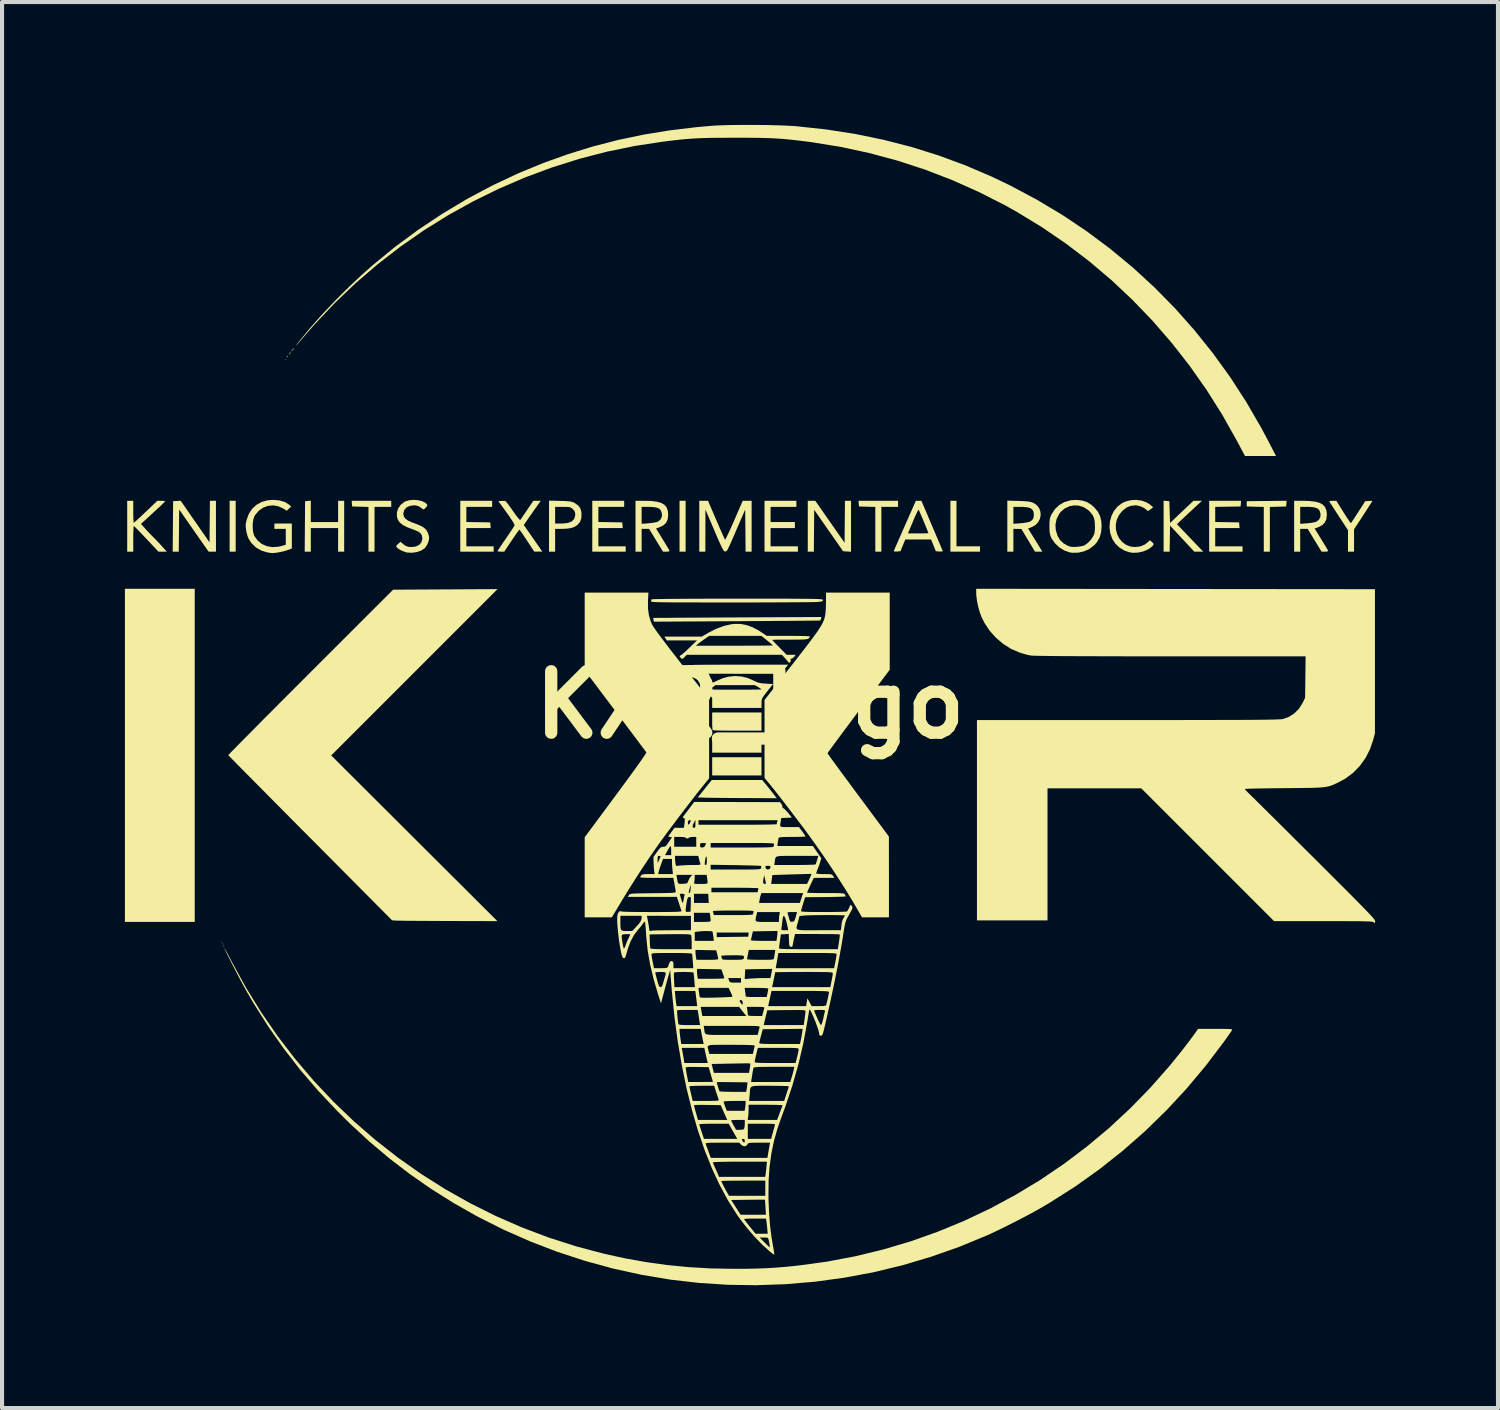
<source format=kicad_pcb>
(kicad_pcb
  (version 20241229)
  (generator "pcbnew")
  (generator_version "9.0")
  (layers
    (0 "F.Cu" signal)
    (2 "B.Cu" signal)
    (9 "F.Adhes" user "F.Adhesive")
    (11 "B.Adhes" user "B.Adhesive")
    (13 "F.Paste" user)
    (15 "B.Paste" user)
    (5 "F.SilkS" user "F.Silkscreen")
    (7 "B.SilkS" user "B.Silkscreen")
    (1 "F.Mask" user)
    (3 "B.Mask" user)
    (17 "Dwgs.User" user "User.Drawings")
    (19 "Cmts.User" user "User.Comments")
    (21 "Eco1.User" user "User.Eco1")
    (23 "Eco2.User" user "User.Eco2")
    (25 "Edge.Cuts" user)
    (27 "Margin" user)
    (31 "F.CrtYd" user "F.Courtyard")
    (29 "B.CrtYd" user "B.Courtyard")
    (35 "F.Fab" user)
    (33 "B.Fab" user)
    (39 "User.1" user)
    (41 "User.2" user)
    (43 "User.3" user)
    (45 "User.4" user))
  (footprint "KXR_logo"
    (layer "F.Cu")
    (at 15.266 14.162)
    (property "Reference" "KXR_logo" (at 0 0 0) (layer "F.SilkS") (effects (font (size 1.5 1.5) (thickness 0.3))))
    (attr board_only exclude_from_pos_files exclude_from_bom)
    (fp_poly (pts (xy -12.895 5.79) (xy -12.904 5.799) (xy -12.913 5.79) (xy -12.904 5.78)) (stroke (width 0) (type solid)) (fill yes) (layer "F.SilkS"))
    (fp_poly (pts (xy -12.876 5.827) (xy -12.885 5.836) (xy -12.895 5.827) (xy -12.885 5.817)) (stroke (width 0) (type solid)) (fill yes) (layer "F.SilkS"))
    (fp_poly (pts (xy -12.857 5.864) (xy -12.867 5.873) (xy -12.876 5.864) (xy -12.867 5.854)) (stroke (width 0) (type solid)) (fill yes) (layer "F.SilkS"))
    (fp_poly (pts (xy -12.839 5.901) (xy -12.848 5.91) (xy -12.857 5.901) (xy -12.848 5.891)) (stroke (width 0) (type solid)) (fill yes) (layer "F.SilkS"))
    (fp_poly (pts (xy -11.338 -8.439) (xy -11.348 -8.43) (xy -11.357 -8.439) (xy -11.348 -8.448)) (stroke (width 0) (type solid)) (fill yes) (layer "F.SilkS"))
    (fp_poly (pts (xy -13.561 1.232) (xy -13.561 5.299) (xy -14.414 5.299) (xy -15.266 5.299) (xy -15.266 1.232) (xy -15.266 -2.835) (xy -14.414 -2.835) (xy -13.561 -2.835)) (stroke (width 0) (type solid)) (fill yes) (layer "F.SilkS"))
    (fp_poly (pts (xy -12.561 -4.363) (xy -12.561 -3.742) (xy -12.635 -3.742) (xy -12.709 -3.742) (xy -12.709 -4.363) (xy -12.709 -4.984) (xy -12.635 -4.984) (xy -12.561 -4.984)) (stroke (width 0) (type solid)) (fill yes) (layer "F.SilkS"))
    (fp_poly (pts (xy -11.289 -8.51) (xy -11.292 -8.504) (xy -11.309 -8.486) (xy -11.313 -8.485) (xy -11.314 -8.497) (xy -11.311 -8.504) (xy -11.293 -8.521) (xy -11.29 -8.522)) (stroke (width 0) (type solid)) (fill yes) (layer "F.SilkS"))
    (fp_poly (pts (xy -11.214 -8.605) (xy -11.225 -8.592) (xy -11.252 -8.563) (xy -11.264 -8.563) (xy -11.264 -8.566) (xy -11.252 -8.582) (xy -11.232 -8.599) (xy -11.21 -8.615)) (stroke (width 0) (type solid)) (fill yes) (layer "F.SilkS"))
    (fp_poly (pts (xy -11.142 -8.696) (xy -11.162 -8.67) (xy -11.19 -8.643) (xy -11.205 -8.633) (xy -11.201 -8.645) (xy -11.181 -8.67) (xy -11.153 -8.698) (xy -11.138 -8.708)) (stroke (width 0) (type solid)) (fill yes) (layer "F.SilkS"))
    (fp_poly (pts (xy -1.575 -4.363) (xy -1.575 -3.742) (xy -1.649 -3.742) (xy -1.723 -3.742) (xy -1.723 -4.363) (xy -1.723 -4.984) (xy -1.649 -4.984) (xy -1.575 -4.984)) (stroke (width 0) (type solid)) (fill yes) (layer "F.SilkS"))
    (fp_poly (pts (xy 0.278 1.501) (xy 0.278 1.723) (xy -0.324 1.723) (xy -0.926 1.723) (xy -0.926 1.501) (xy -0.926 1.278) (xy -0.324 1.278) (xy 0.278 1.278)) (stroke (width 0) (type solid)) (fill yes) (layer "F.SilkS"))
    (fp_poly (pts (xy 5.039 -4.428) (xy 5.039 -3.872) (xy 5.326 -3.872) (xy 5.614 -3.872) (xy 5.614 -3.807) (xy 5.614 -3.742) (xy 5.252 -3.742) (xy 4.891 -3.742) (xy 4.891 -4.363) (xy 4.891 -4.984) (xy 4.965 -4.984) (xy 5.039 -4.984)) (stroke (width 0) (type solid)) (fill yes) (layer "F.SilkS"))
    (fp_poly (pts (xy -8.763 -4.91) (xy -8.763 -4.835) (xy -8.967 -4.835) (xy -9.171 -4.835) (xy -9.171 -4.289) (xy -9.171 -3.742) (xy -9.245 -3.742) (xy -9.319 -3.742) (xy -9.319 -4.288) (xy -9.319 -4.834) (xy -9.518 -4.839) (xy -9.717 -4.845) (xy -9.723 -4.914) (xy -9.729 -4.984) (xy -9.246 -4.984) (xy -8.763 -4.984)) (stroke (width 0) (type solid)) (fill yes) (layer "F.SilkS"))
    (fp_poly (pts (xy 3.613 -4.91) (xy 3.613 -4.835) (xy 3.409 -4.835) (xy 3.205 -4.835) (xy 3.205 -4.289) (xy 3.205 -3.742) (xy 3.131 -3.742) (xy 3.057 -3.742) (xy 3.057 -4.288) (xy 3.057 -4.834) (xy 2.858 -4.839) (xy 2.659 -4.845) (xy 2.653 -4.914) (xy 2.647 -4.984) (xy 3.13 -4.984) (xy 3.613 -4.984)) (stroke (width 0) (type solid)) (fill yes) (layer "F.SilkS"))
    (fp_poly (pts (xy 13.095 -4.914) (xy 13.089 -4.845) (xy 12.89 -4.839) (xy 12.691 -4.834) (xy 12.691 -4.288) (xy 12.691 -3.742) (xy 12.617 -3.742) (xy 12.543 -3.742) (xy 12.543 -4.288) (xy 12.543 -4.834) (xy 12.334 -4.839) (xy 12.126 -4.845) (xy 12.126 -4.91) (xy 12.126 -4.974) (xy 12.613 -4.979) (xy 13.101 -4.984)) (stroke (width 0) (type solid)) (fill yes) (layer "F.SilkS"))
    (fp_poly (pts (xy -0.64 0.727) (xy -0.515 0.728) (xy -0.376 0.731) (xy -0.305 0.733) (xy 0.278 0.746) (xy 0.278 0.957) (xy 0.278 1.167) (xy -0.324 1.167) (xy -0.926 1.167) (xy -0.926 0.955) (xy -0.925 0.858) (xy -0.92 0.785) (xy -0.912 0.741) (xy -0.907 0.731) (xy -0.884 0.729) (xy -0.829 0.727) (xy -0.746 0.727)) (stroke (width 0) (type solid)) (fill yes) (layer "F.SilkS"))
    (fp_poly (pts (xy 0.278 0.408) (xy 0.278 0.63) (xy -0.312 0.63) (xy -0.456 0.63) (xy -0.588 0.628) (xy -0.704 0.627) (xy -0.799 0.625) (xy -0.868 0.622) (xy -0.907 0.619) (xy -0.914 0.618) (xy -0.919 0.595) (xy -0.923 0.544) (xy -0.926 0.471) (xy -0.926 0.395) (xy -0.926 0.185) (xy -0.324 0.185) (xy 0.278 0.185)) (stroke (width 0) (type solid)) (fill yes) (layer "F.SilkS"))
    (fp_poly (pts (xy 0.384 1.941) (xy 0.443 2.013) (xy 0.509 2.096) (xy 0.562 2.163) (xy 0.651 2.279) (xy -0.152 2.275) (xy -0.328 2.274) (xy -0.498 2.273) (xy -0.658 2.272) (xy -0.802 2.27) (xy -0.927 2.269) (xy -1.026 2.267) (xy -1.095 2.266) (xy -1.116 2.265) (xy -1.279 2.259) (xy -1.107 2.047) (xy -0.936 1.834) (xy -0.32 1.834) (xy 0.295 1.834)) (stroke (width 0) (type solid)) (fill yes) (layer "F.SilkS"))
    (fp_poly (pts (xy -13.552 -4.477) (xy -13.2 -3.969) (xy -13.195 -4.476) (xy -13.19 -4.984) (xy -13.117 -4.984) (xy -13.043 -4.984) (xy -13.043 -4.363) (xy -13.043 -3.742) (xy -13.133 -3.742) (xy -13.223 -3.742) (xy -13.582 -4.256) (xy -13.941 -4.771) (xy -13.946 -4.256) (xy -13.951 -3.742) (xy -14.025 -3.742) (xy -14.099 -3.742) (xy -14.094 -4.358) (xy -14.089 -4.974) (xy -13.997 -4.979) (xy -13.904 -4.984)) (stroke (width 0) (type solid)) (fill yes) (layer "F.SilkS"))
    (fp_poly (pts (xy 1.949 -4.471) (xy 2.307 -3.959) (xy 2.311 -4.471) (xy 2.316 -4.984) (xy 2.39 -4.984) (xy 2.464 -4.984) (xy 2.464 -4.362) (xy 2.464 -3.74) (xy 2.367 -3.746) (xy 2.27 -3.752) (xy 1.918 -4.257) (xy 1.565 -4.763) (xy 1.561 -4.253) (xy 1.556 -3.742) (xy 1.482 -3.742) (xy 1.408 -3.742) (xy 1.408 -4.363) (xy 1.408 -4.984) (xy 1.5 -4.984) (xy 1.592 -4.984)) (stroke (width 0) (type solid)) (fill yes) (layer "F.SilkS"))
    (fp_poly (pts (xy 0.841 -0.871) (xy 0.754 -0.76) (xy -0.322 -0.76) (xy -1.399 -0.761) (xy -1.464 -0.847) (xy -1.502 -0.899) (xy -1.531 -0.94) (xy -1.543 -0.958) (xy -1.54 -0.963) (xy -1.524 -0.967) (xy -1.492 -0.97) (xy -1.442 -0.973) (xy -1.371 -0.976) (xy -1.278 -0.978) (xy -1.16 -0.979) (xy -1.014 -0.981) (xy -0.84 -0.981) (xy -0.633 -0.982) (xy -0.392 -0.982) (xy -0.315 -0.982) (xy 0.929 -0.982)) (stroke (width 0) (type solid)) (fill yes) (layer "F.SilkS"))
    (fp_poly (pts (xy -10.727 -4.725) (xy -10.727 -4.465) (xy -10.393 -4.465) (xy -10.06 -4.465) (xy -10.06 -4.724) (xy -10.06 -4.984) (xy -9.986 -4.984) (xy -9.912 -4.984) (xy -9.912 -4.363) (xy -9.912 -3.742) (xy -9.986 -3.742) (xy -10.06 -3.742) (xy -10.06 -4.03) (xy -10.06 -4.317) (xy -10.393 -4.317) (xy -10.727 -4.317) (xy -10.727 -4.03) (xy -10.727 -3.742) (xy -10.801 -3.742) (xy -10.876 -3.742) (xy -10.871 -4.358) (xy -10.866 -4.974) (xy -10.796 -4.98) (xy -10.727 -4.986)) (stroke (width 0) (type solid)) (fill yes) (layer "F.SilkS"))
    (fp_poly (pts (xy -6.299 -4.91) (xy -6.299 -4.835) (xy -6.614 -4.835) (xy -6.929 -4.835) (xy -6.929 -4.651) (xy -6.929 -4.466) (xy -6.637 -4.461) (xy -6.345 -4.456) (xy -6.34 -4.386) (xy -6.334 -4.317) (xy -6.631 -4.317) (xy -6.929 -4.317) (xy -6.929 -4.094) (xy -6.929 -3.872) (xy -6.595 -3.872) (xy -6.262 -3.872) (xy -6.262 -3.807) (xy -6.262 -3.742) (xy -6.67 -3.742) (xy -7.077 -3.742) (xy -7.077 -4.363) (xy -7.077 -4.984) (xy -6.688 -4.984) (xy -6.299 -4.984)) (stroke (width 0) (type solid)) (fill yes) (layer "F.SilkS"))
    (fp_poly (pts (xy -3.075 -4.91) (xy -3.075 -4.835) (xy -3.39 -4.835) (xy -3.705 -4.835) (xy -3.705 -4.651) (xy -3.705 -4.466) (xy -3.414 -4.461) (xy -3.122 -4.456) (xy -3.116 -4.386) (xy -3.11 -4.317) (xy -3.408 -4.317) (xy -3.705 -4.317) (xy -3.705 -4.094) (xy -3.705 -3.872) (xy -3.372 -3.872) (xy -3.038 -3.872) (xy -3.038 -3.807) (xy -3.038 -3.742) (xy -3.446 -3.742) (xy -3.854 -3.742) (xy -3.854 -4.363) (xy -3.854 -4.984) (xy -3.464 -4.984) (xy -3.075 -4.984)) (stroke (width 0) (type solid)) (fill yes) (layer "F.SilkS"))
    (fp_poly (pts (xy 1.13 -4.91) (xy 1.13 -4.835) (xy 0.815 -4.835) (xy 0.5 -4.835) (xy 0.5 -4.65) (xy 0.5 -4.465) (xy 0.797 -4.465) (xy 1.093 -4.465) (xy 1.093 -4.391) (xy 1.093 -4.317) (xy 0.797 -4.317) (xy 0.5 -4.317) (xy 0.5 -4.094) (xy 0.5 -3.872) (xy 0.834 -3.872) (xy 1.167 -3.872) (xy 1.167 -3.807) (xy 1.167 -3.742) (xy 0.76 -3.742) (xy 0.352 -3.742) (xy 0.352 -4.363) (xy 0.352 -4.984) (xy 0.741 -4.984) (xy 1.13 -4.984)) (stroke (width 0) (type solid)) (fill yes) (layer "F.SilkS"))
    (fp_poly (pts (xy 11.983 -4.914) (xy 11.977 -4.845) (xy 11.667 -4.84) (xy 11.357 -4.835) (xy 11.357 -4.65) (xy 11.357 -4.466) (xy 11.649 -4.461) (xy 11.94 -4.456) (xy 11.946 -4.386) (xy 11.952 -4.317) (xy 11.654 -4.317) (xy 11.357 -4.317) (xy 11.357 -4.094) (xy 11.357 -3.872) (xy 11.69 -3.872) (xy 12.024 -3.872) (xy 12.024 -3.807) (xy 12.024 -3.742) (xy 11.616 -3.742) (xy 11.209 -3.742) (xy 11.209 -4.363) (xy 11.209 -4.984) (xy 11.599 -4.984) (xy 11.989 -4.984)) (stroke (width 0) (type solid)) (fill yes) (layer "F.SilkS"))
    (fp_poly (pts (xy 10.166 -4.98) (xy 10.236 -4.974) (xy 10.245 -4.709) (xy 10.254 -4.443) (xy 10.54 -4.714) (xy 10.826 -4.984) (xy 10.929 -4.983) (xy 11.033 -4.983) (xy 10.838 -4.803) (xy 10.756 -4.727) (xy 10.672 -4.649) (xy 10.597 -4.578) (xy 10.538 -4.522) (xy 10.533 -4.518) (xy 10.422 -4.413) (xy 10.743 -4.077) (xy 11.064 -3.742) (xy 10.955 -3.742) (xy 10.845 -3.742) (xy 10.55 -4.06) (xy 10.254 -4.378) (xy 10.249 -4.06) (xy 10.244 -3.742) (xy 10.171 -3.742) (xy 10.097 -3.742) (xy 10.097 -4.364) (xy 10.097 -4.986)) (stroke (width 0) (type solid)) (fill yes) (layer "F.SilkS"))
    (fp_poly (pts (xy 1.731 -2.106) (xy 1.719 -2.072) (xy 1.714 -2.061) (xy 1.695 -2.06) (xy 1.642 -2.059) (xy 1.556 -2.058) (xy 1.441 -2.057) (xy 1.298 -2.055) (xy 1.129 -2.054) (xy 0.938 -2.052) (xy 0.727 -2.051) (xy 0.497 -2.049) (xy 0.252 -2.047) (xy -0.007 -2.046) (xy -0.276 -2.044) (xy -0.319 -2.044) (xy -2.347 -2.032) (xy -2.358 -2.076) (xy -2.366 -2.11) (xy -2.366 -2.123) (xy -2.347 -2.123) (xy -2.294 -2.124) (xy -2.208 -2.125) (xy -2.093 -2.125) (xy -1.949 -2.126) (xy -1.781 -2.128) (xy -1.59 -2.129) (xy -1.378 -2.13) (xy -1.148 -2.131) (xy -0.902 -2.133) (xy -0.643 -2.134) (xy -0.372 -2.135) (xy -0.31 -2.136) (xy 1.743 -2.146)) (stroke (width 0) (type solid)) (fill yes) (layer "F.SilkS"))
    (fp_poly (pts (xy 14.488 -4.706) (xy 14.544 -4.617) (xy 14.594 -4.541) (xy 14.634 -4.483) (xy 14.661 -4.447) (xy 14.671 -4.438) (xy 14.685 -4.457) (xy 14.714 -4.501) (xy 14.757 -4.566) (xy 14.809 -4.646) (xy 14.851 -4.712) (xy 15.02 -4.974) (xy 15.106 -4.98) (xy 15.157 -4.982) (xy 15.187 -4.979) (xy 15.192 -4.977) (xy 15.182 -4.959) (xy 15.155 -4.915) (xy 15.113 -4.85) (xy 15.06 -4.767) (xy 14.998 -4.672) (xy 14.97 -4.628) (xy 14.747 -4.289) (xy 14.747 -4.016) (xy 14.747 -3.742) (xy 14.673 -3.742) (xy 14.599 -3.742) (xy 14.599 -4.004) (xy 14.599 -4.266) (xy 14.379 -4.601) (xy 14.314 -4.702) (xy 14.255 -4.792) (xy 14.206 -4.868) (xy 14.17 -4.924) (xy 14.15 -4.956) (xy 14.147 -4.961) (xy 14.149 -4.975) (xy 14.179 -4.982) (xy 14.225 -4.984) (xy 14.315 -4.984)) (stroke (width 0) (type solid)) (fill yes) (layer "F.SilkS"))
    (fp_poly (pts (xy -4.636 -4.981) (xy -4.528 -4.978) (xy -4.449 -4.973) (xy -4.392 -4.967) (xy -4.35 -4.958) (xy -4.315 -4.945) (xy -4.281 -4.928) (xy -4.2 -4.871) (xy -4.149 -4.806) (xy -4.123 -4.724) (xy -4.117 -4.673) (xy -4.121 -4.559) (xy -4.153 -4.467) (xy -4.215 -4.395) (xy -4.227 -4.386) (xy -4.295 -4.344) (xy -4.376 -4.317) (xy -4.478 -4.303) (xy -4.599 -4.298) (xy -4.761 -4.298) (xy -4.761 -4.02) (xy -4.761 -3.742) (xy -4.835 -3.742) (xy -4.91 -3.742) (xy -4.91 -4.365) (xy -4.91 -4.632) (xy -4.761 -4.632) (xy -4.761 -4.428) (xy -4.636 -4.428) (xy -4.559 -4.431) (xy -4.484 -4.438) (xy -4.439 -4.446) (xy -4.354 -4.48) (xy -4.298 -4.537) (xy -4.272 -4.614) (xy -4.27 -4.643) (xy -4.275 -4.702) (xy -4.294 -4.743) (xy -4.331 -4.781) (xy -4.36 -4.806) (xy -4.388 -4.822) (xy -4.424 -4.831) (xy -4.476 -4.834) (xy -4.553 -4.835) (xy -4.576 -4.835) (xy -4.761 -4.835) (xy -4.761 -4.632) (xy -4.91 -4.632) (xy -4.91 -4.988)) (stroke (width 0) (type solid)) (fill yes) (layer "F.SilkS"))
    (fp_poly (pts (xy -8.198 -0.797) (xy -10.228 1.234) (xy -8.2 3.257) (xy -6.171 5.28) (xy -7.37 5.277) (xy -7.58 5.276) (xy -7.781 5.275) (xy -7.969 5.274) (xy -8.142 5.273) (xy -8.296 5.272) (xy -8.427 5.271) (xy -8.532 5.269) (xy -8.608 5.268) (xy -8.65 5.267) (xy -8.656 5.266) (xy -8.743 5.26) (xy -10.74 3.25) (xy -10.967 3.022) (xy -11.186 2.802) (xy -11.396 2.589) (xy -11.597 2.387) (xy -11.786 2.196) (xy -11.962 2.018) (xy -12.124 1.855) (xy -12.271 1.707) (xy -12.4 1.576) (xy -12.511 1.464) (xy -12.601 1.372) (xy -12.671 1.301) (xy -12.717 1.253) (xy -12.74 1.229) (xy -12.742 1.227) (xy -12.729 1.213) (xy -12.692 1.173) (xy -12.632 1.111) (xy -12.549 1.027) (xy -12.446 0.922) (xy -12.323 0.798) (xy -12.183 0.657) (xy -12.027 0.499) (xy -11.856 0.326) (xy -11.671 0.141) (xy -11.474 -0.057) (xy -11.266 -0.265) (xy -11.049 -0.482) (xy -10.824 -0.707) (xy -10.732 -0.8) (xy -8.717 -2.813) (xy -7.442 -2.82) (xy -6.168 -2.827)) (stroke (width 0) (type solid)) (fill yes) (layer "F.SilkS"))
    (fp_poly (pts (xy 0.037 -4.363) (xy 0.037 -3.742) (xy -0.037 -3.742) (xy -0.111 -3.742) (xy -0.115 -4.256) (xy -0.12 -4.771) (xy -0.342 -4.256) (xy -0.405 -4.11) (xy -0.455 -3.994) (xy -0.494 -3.906) (xy -0.525 -3.841) (xy -0.548 -3.796) (xy -0.567 -3.768) (xy -0.581 -3.752) (xy -0.595 -3.746) (xy -0.609 -3.746) (xy -0.61 -3.746) (xy -0.624 -3.75) (xy -0.639 -3.762) (xy -0.656 -3.784) (xy -0.677 -3.82) (xy -0.704 -3.875) (xy -0.739 -3.95) (xy -0.784 -4.052) (xy -0.84 -4.181) (xy -0.874 -4.261) (xy -1.091 -4.771) (xy -1.092 -4.256) (xy -1.093 -3.742) (xy -1.167 -3.742) (xy -1.241 -3.742) (xy -1.241 -4.363) (xy -1.241 -4.984) (xy -1.135 -4.984) (xy -1.028 -4.984) (xy -0.827 -4.516) (xy -0.774 -4.393) (xy -0.725 -4.281) (xy -0.682 -4.184) (xy -0.648 -4.108) (xy -0.624 -4.056) (xy -0.613 -4.034) (xy -0.613 -4.034) (xy -0.602 -4.046) (xy -0.579 -4.089) (xy -0.546 -4.157) (xy -0.503 -4.247) (xy -0.455 -4.355) (xy -0.401 -4.476) (xy -0.39 -4.502) (xy -0.18 -4.984) (xy -0.072 -4.984) (xy 0.037 -4.984)) (stroke (width 0) (type solid)) (fill yes) (layer "F.SilkS"))
    (fp_poly (pts (xy 13.666 -4.978) (xy 13.803 -4.962) (xy 13.909 -4.932) (xy 13.988 -4.887) (xy 14.041 -4.827) (xy 14.072 -4.749) (xy 14.083 -4.652) (xy 14.083 -4.642) (xy 14.071 -4.534) (xy 14.032 -4.45) (xy 13.964 -4.385) (xy 13.87 -4.338) (xy 13.785 -4.306) (xy 13.944 -4.048) (xy 13.998 -3.959) (xy 14.045 -3.881) (xy 14.083 -3.819) (xy 14.106 -3.778) (xy 14.112 -3.766) (xy 14.107 -3.751) (xy 14.071 -3.743) (xy 14.038 -3.742) (xy 13.954 -3.742) (xy 13.784 -4.02) (xy 13.615 -4.298) (xy 13.523 -4.298) (xy 13.432 -4.298) (xy 13.432 -4.02) (xy 13.432 -3.742) (xy 13.358 -3.742) (xy 13.284 -3.742) (xy 13.284 -4.363) (xy 13.284 -4.629) (xy 13.432 -4.629) (xy 13.432 -4.422) (xy 13.6 -4.434) (xy 13.684 -4.443) (xy 13.76 -4.455) (xy 13.816 -4.47) (xy 13.829 -4.475) (xy 13.891 -4.523) (xy 13.925 -4.589) (xy 13.929 -4.667) (xy 13.905 -4.742) (xy 13.873 -4.782) (xy 13.824 -4.81) (xy 13.753 -4.827) (xy 13.652 -4.835) (xy 13.596 -4.835) (xy 13.432 -4.835) (xy 13.432 -4.629) (xy 13.284 -4.629) (xy 13.284 -4.984) (xy 13.496 -4.984)) (stroke (width 0) (type solid)) (fill yes) (layer "F.SilkS"))
    (fp_poly (pts (xy -15.062 -4.715) (xy -15.061 -4.62) (xy -15.059 -4.54) (xy -15.056 -4.481) (xy -15.052 -4.45) (xy -15.05 -4.446) (xy -15.034 -4.459) (xy -14.995 -4.493) (xy -14.938 -4.545) (xy -14.866 -4.612) (xy -14.784 -4.689) (xy -14.756 -4.715) (xy -14.474 -4.984) (xy -14.379 -4.984) (xy -14.326 -4.981) (xy -14.292 -4.975) (xy -14.285 -4.97) (xy -14.299 -4.954) (xy -14.336 -4.917) (xy -14.392 -4.862) (xy -14.464 -4.795) (xy -14.548 -4.718) (xy -14.58 -4.688) (xy -14.874 -4.42) (xy -14.766 -4.299) (xy -14.705 -4.232) (xy -14.641 -4.165) (xy -14.588 -4.111) (xy -14.58 -4.104) (xy -14.534 -4.057) (xy -14.472 -3.993) (xy -14.406 -3.922) (xy -14.373 -3.886) (xy -14.243 -3.742) (xy -14.345 -3.742) (xy -14.447 -3.742) (xy -14.74 -4.053) (xy -14.824 -4.142) (xy -14.9 -4.221) (xy -14.964 -4.287) (xy -15.012 -4.336) (xy -15.041 -4.364) (xy -15.047 -4.369) (xy -15.052 -4.354) (xy -15.056 -4.307) (xy -15.06 -4.235) (xy -15.062 -4.144) (xy -15.062 -4.059) (xy -15.062 -3.742) (xy -15.136 -3.742) (xy -15.21 -3.742) (xy -15.21 -4.363) (xy -15.21 -4.984) (xy -15.136 -4.984) (xy -15.062 -4.984)) (stroke (width 0) (type solid)) (fill yes) (layer "F.SilkS"))
    (fp_poly (pts (xy -2.416 -4.979) (xy -2.28 -4.962) (xy -2.175 -4.934) (xy -2.097 -4.89) (xy -2.043 -4.831) (xy -2.013 -4.755) (xy -2.001 -4.659) (xy -2.001 -4.642) (xy -2.012 -4.534) (xy -2.048 -4.451) (xy -2.112 -4.388) (xy -2.208 -4.339) (xy -2.212 -4.338) (xy -2.297 -4.306) (xy -2.137 -4.048) (xy -2.083 -3.959) (xy -2.036 -3.881) (xy -1.999 -3.819) (xy -1.975 -3.778) (xy -1.969 -3.766) (xy -1.975 -3.751) (xy -2.01 -3.743) (xy -2.044 -3.742) (xy -2.127 -3.742) (xy -2.297 -4.02) (xy -2.467 -4.298) (xy -2.558 -4.298) (xy -2.649 -4.298) (xy -2.649 -4.02) (xy -2.649 -3.742) (xy -2.723 -3.742) (xy -2.798 -3.742) (xy -2.798 -4.363) (xy -2.798 -4.629) (xy -2.649 -4.629) (xy -2.649 -4.422) (xy -2.481 -4.434) (xy -2.398 -4.443) (xy -2.321 -4.455) (xy -2.265 -4.47) (xy -2.252 -4.475) (xy -2.19 -4.523) (xy -2.156 -4.589) (xy -2.152 -4.667) (xy -2.176 -4.742) (xy -2.208 -4.782) (xy -2.257 -4.81) (xy -2.329 -4.827) (xy -2.429 -4.835) (xy -2.485 -4.835) (xy -2.649 -4.835) (xy -2.649 -4.629) (xy -2.798 -4.629) (xy -2.798 -4.984) (xy -2.585 -4.984)) (stroke (width 0) (type solid)) (fill yes) (layer "F.SilkS"))
    (fp_poly (pts (xy 6.554 -4.98) (xy 6.668 -4.976) (xy 6.753 -4.97) (xy 6.816 -4.962) (xy 6.865 -4.951) (xy 6.908 -4.936) (xy 6.915 -4.933) (xy 7 -4.877) (xy 7.058 -4.803) (xy 7.089 -4.717) (xy 7.094 -4.626) (xy 7.074 -4.536) (xy 7.028 -4.453) (xy 6.957 -4.384) (xy 6.875 -4.341) (xy 6.787 -4.307) (xy 6.919 -4.094) (xy 6.972 -4.009) (xy 7.022 -3.928) (xy 7.063 -3.861) (xy 7.091 -3.815) (xy 7.093 -3.812) (xy 7.136 -3.742) (xy 7.046 -3.742) (xy 6.956 -3.742) (xy 6.79 -4.02) (xy 6.623 -4.297) (xy 6.526 -4.297) (xy 6.429 -4.298) (xy 6.429 -4.02) (xy 6.429 -3.742) (xy 6.355 -3.742) (xy 6.281 -3.742) (xy 6.281 -4.365) (xy 6.281 -4.629) (xy 6.429 -4.629) (xy 6.429 -4.422) (xy 6.596 -4.434) (xy 6.679 -4.443) (xy 6.756 -4.455) (xy 6.813 -4.468) (xy 6.826 -4.472) (xy 6.887 -4.511) (xy 6.92 -4.566) (xy 6.929 -4.641) (xy 6.921 -4.714) (xy 6.894 -4.767) (xy 6.845 -4.803) (xy 6.769 -4.825) (xy 6.663 -4.835) (xy 6.606 -4.835) (xy 6.429 -4.835) (xy 6.429 -4.629) (xy 6.281 -4.629) (xy 6.281 -4.988)) (stroke (width 0) (type solid)) (fill yes) (layer "F.SilkS"))
    (fp_poly (pts (xy 9.567 -4.987) (xy 9.687 -4.942) (xy 9.773 -4.885) (xy 9.842 -4.825) (xy 9.777 -4.775) (xy 9.736 -4.746) (xy 9.712 -4.737) (xy 9.693 -4.747) (xy 9.68 -4.762) (xy 9.62 -4.808) (xy 9.539 -4.846) (xy 9.454 -4.869) (xy 9.412 -4.873) (xy 9.299 -4.861) (xy 9.201 -4.824) (xy 9.11 -4.756) (xy 9.084 -4.732) (xy 9.003 -4.63) (xy 8.952 -4.517) (xy 8.929 -4.4) (xy 8.933 -4.282) (xy 8.961 -4.17) (xy 9.012 -4.067) (xy 9.084 -3.979) (xy 9.175 -3.911) (xy 9.284 -3.868) (xy 9.4 -3.854) (xy 9.529 -3.87) (xy 9.639 -3.916) (xy 9.71 -3.971) (xy 9.759 -4.02) (xy 9.807 -3.982) (xy 9.845 -3.947) (xy 9.852 -3.918) (xy 9.83 -3.884) (xy 9.805 -3.859) (xy 9.714 -3.795) (xy 9.599 -3.747) (xy 9.473 -3.719) (xy 9.346 -3.714) (xy 9.27 -3.724) (xy 9.137 -3.769) (xy 9.016 -3.844) (xy 8.915 -3.942) (xy 8.846 -4.048) (xy 8.795 -4.188) (xy 8.776 -4.332) (xy 8.785 -4.475) (xy 8.822 -4.611) (xy 8.884 -4.735) (xy 8.97 -4.841) (xy 9.078 -4.924) (xy 9.163 -4.964) (xy 9.297 -4.999) (xy 9.434 -5.006)) (stroke (width 0) (type solid)) (fill yes) (layer "F.SilkS"))
    (fp_poly (pts (xy -0.198 -0.692) (xy -0.051 -0.654) (xy 0.101 -0.586) (xy 0.102 -0.586) (xy 0.164 -0.557) (xy 0.221 -0.538) (xy 0.286 -0.527) (xy 0.374 -0.52) (xy 0.386 -0.519) (xy 0.559 -0.509) (xy 0.418 -0.33) (xy 0.36 -0.255) (xy 0.32 -0.201) (xy 0.296 -0.16) (xy 0.283 -0.125) (xy 0.279 -0.088) (xy 0.278 -0.041) (xy 0.278 -0.038) (xy 0.278 0.074) (xy -0.324 0.074) (xy -0.926 0.074) (xy -0.926 -0.047) (xy -0.926 -0.168) (xy -1.066 -0.343) (xy -1.095 -0.379) (xy -0.982 -0.379) (xy -0.964 -0.377) (xy -0.913 -0.375) (xy -0.834 -0.374) (xy -0.731 -0.372) (xy -0.607 -0.371) (xy -0.468 -0.371) (xy -0.352 -0.371) (xy -0.203 -0.371) (xy -0.067 -0.371) (xy 0.052 -0.373) (xy 0.15 -0.374) (xy 0.223 -0.376) (xy 0.267 -0.377) (xy 0.278 -0.379) (xy 0.263 -0.392) (xy 0.226 -0.417) (xy 0.198 -0.435) (xy 0.117 -0.482) (xy -0.363 -0.482) (xy -0.844 -0.482) (xy -0.913 -0.435) (xy -0.954 -0.405) (xy -0.979 -0.384) (xy -0.982 -0.379) (xy -1.095 -0.379) (xy -1.206 -0.519) (xy -1.08 -0.519) (xy -1.006 -0.521) (xy -0.946 -0.532) (xy -0.883 -0.556) (xy -0.824 -0.584) (xy -0.676 -0.649) (xy -0.535 -0.688) (xy -0.389 -0.703) (xy -0.351 -0.704)) (stroke (width 0) (type solid)) (fill yes) (layer "F.SilkS"))
    (fp_poly (pts (xy 4.437 -4.386) (xy 4.497 -4.246) (xy 4.552 -4.116) (xy 4.601 -4.001) (xy 4.642 -3.904) (xy 4.674 -3.829) (xy 4.694 -3.781) (xy 4.701 -3.764) (xy 4.698 -3.75) (xy 4.668 -3.744) (xy 4.623 -3.746) (xy 4.535 -3.752) (xy 4.477 -3.895) (xy 4.419 -4.039) (xy 4.104 -4.039) (xy 3.789 -4.039) (xy 3.73 -3.895) (xy 3.672 -3.752) (xy 3.587 -3.746) (xy 3.536 -3.744) (xy 3.514 -3.75) (xy 3.512 -3.766) (xy 3.516 -3.775) (xy 3.526 -3.8) (xy 3.55 -3.854) (xy 3.585 -3.934) (xy 3.629 -4.035) (xy 3.681 -4.154) (xy 3.696 -4.187) (xy 3.853 -4.187) (xy 4.103 -4.187) (xy 4.195 -4.187) (xy 4.271 -4.189) (xy 4.326 -4.191) (xy 4.352 -4.193) (xy 4.354 -4.194) (xy 4.347 -4.214) (xy 4.328 -4.262) (xy 4.301 -4.33) (xy 4.268 -4.41) (xy 4.233 -4.496) (xy 4.197 -4.581) (xy 4.164 -4.657) (xy 4.138 -4.718) (xy 4.12 -4.756) (xy 4.115 -4.766) (xy 4.104 -4.755) (xy 4.082 -4.715) (xy 4.052 -4.653) (xy 4.016 -4.574) (xy 4.007 -4.553) (xy 3.969 -4.461) (xy 3.933 -4.375) (xy 3.903 -4.305) (xy 3.884 -4.259) (xy 3.883 -4.256) (xy 3.853 -4.187) (xy 3.696 -4.187) (xy 3.739 -4.286) (xy 3.788 -4.397) (xy 4.047 -4.984) (xy 4.115 -4.984) (xy 4.183 -4.984)) (stroke (width 0) (type solid)) (fill yes) (layer "F.SilkS"))
    (fp_poly (pts (xy -11.5 -4.994) (xy -11.372 -4.958) (xy -11.27 -4.899) (xy -11.266 -4.895) (xy -11.206 -4.845) (xy -11.26 -4.793) (xy -11.314 -4.741) (xy -11.411 -4.801) (xy -11.528 -4.853) (xy -11.65 -4.872) (xy -11.773 -4.86) (xy -11.889 -4.817) (xy -11.992 -4.746) (xy -12.077 -4.649) (xy -12.104 -4.605) (xy -12.13 -4.528) (xy -12.145 -4.43) (xy -12.146 -4.323) (xy -12.135 -4.222) (xy -12.112 -4.139) (xy -12.104 -4.122) (xy -12.025 -4.013) (xy -11.924 -3.93) (xy -11.804 -3.877) (xy -11.67 -3.853) (xy -11.526 -3.861) (xy -11.434 -3.882) (xy -11.338 -3.911) (xy -11.338 -4.104) (xy -11.338 -4.298) (xy -11.477 -4.298) (xy -11.616 -4.298) (xy -11.616 -4.363) (xy -11.616 -4.428) (xy -11.403 -4.428) (xy -11.19 -4.428) (xy -11.19 -4.124) (xy -11.19 -3.819) (xy -11.291 -3.781) (xy -11.374 -3.755) (xy -11.469 -3.733) (xy -11.565 -3.716) (xy -11.645 -3.708) (xy -11.672 -3.707) (xy -11.719 -3.712) (xy -11.781 -3.722) (xy -11.801 -3.726) (xy -11.943 -3.771) (xy -12.07 -3.847) (xy -12.175 -3.949) (xy -12.245 -4.056) (xy -12.268 -4.114) (xy -12.291 -4.19) (xy -12.305 -4.258) (xy -12.316 -4.337) (xy -12.316 -4.401) (xy -12.305 -4.47) (xy -12.295 -4.513) (xy -12.242 -4.662) (xy -12.161 -4.786) (xy -12.055 -4.884) (xy -11.927 -4.955) (xy -11.779 -4.996) (xy -11.651 -5.006)) (stroke (width 0) (type solid)) (fill yes) (layer "F.SilkS"))
    (fp_poly (pts (xy -2.494 -2.543) (xy -2.494 -2.357) (xy -2.472 -2.192) (xy -2.427 -2.039) (xy -2.392 -1.959) (xy -2.366 -1.916) (xy -2.319 -1.846) (xy -2.249 -1.749) (xy -2.159 -1.628) (xy -2.05 -1.483) (xy -1.921 -1.315) (xy -1.775 -1.127) (xy -1.669 -0.991) (xy -1.002 -0.139) (xy -1.001 0.826) (xy -1 1.792) (xy -1.164 1.994) (xy -1.235 2.082) (xy -1.323 2.195) (xy -1.425 2.327) (xy -1.537 2.472) (xy -1.654 2.625) (xy -1.773 2.781) (xy -1.888 2.935) (xy -1.997 3.079) (xy -2.094 3.211) (xy -2.176 3.323) (xy -2.205 3.363) (xy -2.34 3.555) (xy -2.488 3.771) (xy -2.641 4.002) (xy -2.795 4.239) (xy -2.944 4.475) (xy -3.082 4.699) (xy -3.133 4.783) (xy -3.375 5.187) (xy -3.707 5.187) (xy -4.039 5.187) (xy -4.039 4.209) (xy -4.039 3.232) (xy -3.279 2.207) (xy -3.125 1.998) (xy -2.986 1.809) (xy -2.865 1.642) (xy -2.761 1.498) (xy -2.675 1.378) (xy -2.609 1.283) (xy -2.563 1.214) (xy -2.538 1.172) (xy -2.534 1.16) (xy -2.547 1.141) (xy -2.58 1.096) (xy -2.633 1.026) (xy -2.702 0.934) (xy -2.785 0.822) (xy -2.882 0.693) (xy -2.99 0.55) (xy -3.107 0.394) (xy -3.231 0.229) (xy -3.293 0.146) (xy -4.039 -0.845) (xy -4.039 -1.793) (xy -4.039 -2.742) (xy -3.261 -2.742) (xy -2.483 -2.742)) (stroke (width 0) (type solid)) (fill yes) (layer "F.SilkS"))
    (fp_poly (pts (xy 0.008 -2.594) (xy 0.296 -2.594) (xy 0.551 -2.593) (xy 0.775 -2.593) (xy 0.97 -2.593) (xy 1.138 -2.592) (xy 1.281 -2.591) (xy 1.401 -2.59) (xy 1.5 -2.589) (xy 1.58 -2.587) (xy 1.643 -2.585) (xy 1.691 -2.583) (xy 1.727 -2.58) (xy 1.751 -2.577) (xy 1.766 -2.573) (xy 1.774 -2.569) (xy 1.778 -2.564) (xy 1.779 -2.559) (xy 1.774 -2.541) (xy 1.754 -2.529) (xy 1.712 -2.521) (xy 1.641 -2.513) (xy 1.637 -2.513) (xy 1.599 -2.511) (xy 1.527 -2.51) (xy 1.423 -2.508) (xy 1.29 -2.507) (xy 1.13 -2.506) (xy 0.947 -2.505) (xy 0.742 -2.504) (xy 0.519 -2.503) (xy 0.28 -2.502) (xy 0.028 -2.501) (xy -0.235 -2.501) (xy -0.468 -2.501) (xy -0.782 -2.501) (xy -1.06 -2.501) (xy -1.306 -2.502) (xy -1.521 -2.502) (xy -1.707 -2.503) (xy -1.865 -2.503) (xy -1.999 -2.504) (xy -2.111 -2.506) (xy -2.201 -2.507) (xy -2.272 -2.509) (xy -2.327 -2.512) (xy -2.367 -2.514) (xy -2.394 -2.518) (xy -2.411 -2.521) (xy -2.419 -2.525) (xy -2.42 -2.53) (xy -2.42 -2.53) (xy -2.41 -2.566) (xy -2.408 -2.577) (xy -2.39 -2.579) (xy -2.336 -2.582) (xy -2.249 -2.584) (xy -2.129 -2.586) (xy -1.978 -2.588) (xy -1.798 -2.589) (xy -1.59 -2.591) (xy -1.356 -2.592) (xy -1.098 -2.593) (xy -0.817 -2.593) (xy -0.514 -2.594) (xy -0.315 -2.594)) (stroke (width 0) (type solid)) (fill yes) (layer "F.SilkS"))
    (fp_poly (pts (xy 3.409 -1.8) (xy 3.409 -0.858) (xy 2.649 0.154) (xy 2.521 0.325) (xy 2.4 0.487) (xy 2.288 0.638) (xy 2.186 0.775) (xy 2.096 0.897) (xy 2.02 1) (xy 1.96 1.082) (xy 1.917 1.141) (xy 1.894 1.174) (xy 1.89 1.181) (xy 1.901 1.198) (xy 1.932 1.242) (xy 1.981 1.311) (xy 2.048 1.402) (xy 2.129 1.513) (xy 2.223 1.642) (xy 2.329 1.785) (xy 2.445 1.942) (xy 2.568 2.108) (xy 2.64 2.205) (xy 3.389 3.214) (xy 3.39 4.201) (xy 3.39 5.187) (xy 3.061 5.187) (xy 2.731 5.187) (xy 2.623 4.998) (xy 2.484 4.761) (xy 2.326 4.503) (xy 2.154 4.232) (xy 1.972 3.955) (xy 1.786 3.679) (xy 1.599 3.412) (xy 1.438 3.187) (xy 1.353 3.071) (xy 1.255 2.94) (xy 1.147 2.798) (xy 1.035 2.65) (xy 0.921 2.501) (xy 0.81 2.356) (xy 0.705 2.221) (xy 0.61 2.1) (xy 0.53 1.999) (xy 0.469 1.924) (xy 0.352 1.783) (xy 0.352 0.831) (xy 0.352 -0.12) (xy 1.02 -0.973) (xy 1.173 -1.169) (xy 1.305 -1.339) (xy 1.417 -1.485) (xy 1.511 -1.61) (xy 1.589 -1.717) (xy 1.653 -1.807) (xy 1.704 -1.884) (xy 1.744 -1.95) (xy 1.774 -2.008) (xy 1.797 -2.06) (xy 1.814 -2.108) (xy 1.827 -2.157) (xy 1.832 -2.182) (xy 1.84 -2.241) (xy 1.847 -2.324) (xy 1.851 -2.421) (xy 1.853 -2.511) (xy 1.853 -2.742) (xy 2.631 -2.742) (xy 3.409 -2.742)) (stroke (width 0) (type solid)) (fill yes) (layer "F.SilkS"))
    (fp_poly (pts (xy -5.213 -4.84) (xy -5.274 -4.755) (xy -5.342 -4.657) (xy -5.407 -4.565) (xy -5.421 -4.545) (xy -5.526 -4.393) (xy -5.335 -4.119) (xy -5.271 -4.027) (xy -5.212 -3.942) (xy -5.162 -3.87) (xy -5.126 -3.818) (xy -5.109 -3.793) (xy -5.074 -3.742) (xy -5.172 -3.743) (xy -5.271 -3.743) (xy -5.447 -4.011) (xy -5.505 -4.098) (xy -5.556 -4.174) (xy -5.597 -4.232) (xy -5.624 -4.269) (xy -5.634 -4.279) (xy -5.647 -4.265) (xy -5.677 -4.224) (xy -5.721 -4.163) (xy -5.774 -4.085) (xy -5.824 -4.011) (xy -6.003 -3.742) (xy -6.086 -3.742) (xy -6.136 -3.745) (xy -6.166 -3.75) (xy -6.169 -3.753) (xy -6.159 -3.771) (xy -6.131 -3.815) (xy -6.088 -3.879) (xy -6.034 -3.959) (xy -5.971 -4.05) (xy -5.963 -4.062) (xy -5.899 -4.155) (xy -5.842 -4.24) (xy -5.796 -4.31) (xy -5.765 -4.361) (xy -5.751 -4.388) (xy -5.751 -4.389) (xy -5.759 -4.412) (xy -5.786 -4.461) (xy -5.829 -4.528) (xy -5.884 -4.61) (xy -5.945 -4.696) (xy -6.147 -4.974) (xy -6.073 -4.98) (xy -6.019 -4.982) (xy -5.98 -4.979) (xy -5.975 -4.977) (xy -5.957 -4.959) (xy -5.922 -4.916) (xy -5.875 -4.854) (xy -5.82 -4.777) (xy -5.79 -4.733) (xy -5.733 -4.654) (xy -5.684 -4.588) (xy -5.645 -4.54) (xy -5.62 -4.516) (xy -5.614 -4.514) (xy -5.6 -4.534) (xy -5.568 -4.579) (xy -5.524 -4.644) (xy -5.471 -4.721) (xy -5.447 -4.757) (xy -5.293 -4.984) (xy -5.202 -4.984) (xy -5.111 -4.984)) (stroke (width 0) (type solid)) (fill yes) (layer "F.SilkS"))
    (fp_poly (pts (xy 8.096 -4.993) (xy 8.222 -4.954) (xy 8.335 -4.885) (xy 8.401 -4.826) (xy 8.489 -4.721) (xy 8.546 -4.609) (xy 8.576 -4.481) (xy 8.583 -4.363) (xy 8.571 -4.213) (xy 8.533 -4.084) (xy 8.467 -3.971) (xy 8.403 -3.899) (xy 8.293 -3.813) (xy 8.162 -3.752) (xy 8.02 -3.718) (xy 7.876 -3.714) (xy 7.806 -3.724) (xy 7.674 -3.769) (xy 7.551 -3.845) (xy 7.445 -3.945) (xy 7.363 -4.062) (xy 7.349 -4.091) (xy 7.329 -4.142) (xy 7.317 -4.196) (xy 7.311 -4.265) (xy 7.309 -4.359) (xy 7.309 -4.363) (xy 7.309 -4.405) (xy 7.456 -4.405) (xy 7.464 -4.267) (xy 7.506 -4.131) (xy 7.567 -4.026) (xy 7.651 -3.946) (xy 7.735 -3.897) (xy 7.792 -3.872) (xy 7.844 -3.86) (xy 7.907 -3.857) (xy 7.966 -3.859) (xy 8.049 -3.867) (xy 8.121 -3.881) (xy 8.164 -3.896) (xy 8.249 -3.957) (xy 8.328 -4.041) (xy 8.379 -4.12) (xy 8.4 -4.167) (xy 8.413 -4.217) (xy 8.419 -4.284) (xy 8.42 -4.363) (xy 8.414 -4.48) (xy 8.394 -4.572) (xy 8.355 -4.649) (xy 8.292 -4.722) (xy 8.255 -4.757) (xy 8.149 -4.826) (xy 8.033 -4.864) (xy 7.912 -4.872) (xy 7.793 -4.849) (xy 7.683 -4.797) (xy 7.588 -4.717) (xy 7.546 -4.663) (xy 7.484 -4.539) (xy 7.456 -4.405) (xy 7.309 -4.405) (xy 7.31 -4.453) (xy 7.315 -4.518) (xy 7.325 -4.568) (xy 7.343 -4.617) (xy 7.36 -4.652) (xy 7.442 -4.78) (xy 7.549 -4.881) (xy 7.676 -4.953) (xy 7.822 -4.995) (xy 7.948 -5.006)) (stroke (width 0) (type solid)) (fill yes) (layer "F.SilkS"))
    (fp_poly (pts (xy -8.111 -4.999) (xy -8.014 -4.976) (xy -7.934 -4.938) (xy -7.894 -4.903) (xy -7.881 -4.879) (xy -7.888 -4.855) (xy -7.918 -4.819) (xy -7.921 -4.816) (xy -7.955 -4.782) (xy -7.977 -4.773) (xy -7.998 -4.784) (xy -8.012 -4.796) (xy -8.086 -4.848) (xy -8.167 -4.871) (xy -8.207 -4.873) (xy -8.309 -4.859) (xy -8.389 -4.822) (xy -8.442 -4.763) (xy -8.466 -4.684) (xy -8.467 -4.663) (xy -8.455 -4.601) (xy -8.419 -4.548) (xy -8.354 -4.501) (xy -8.257 -4.456) (xy -8.214 -4.441) (xy -8.1 -4.398) (xy -8.015 -4.359) (xy -7.954 -4.319) (xy -7.91 -4.275) (xy -7.878 -4.225) (xy -7.853 -4.161) (xy -7.839 -4.097) (xy -7.837 -4.077) (xy -7.851 -3.994) (xy -7.887 -3.908) (xy -7.936 -3.836) (xy -7.95 -3.822) (xy -8.032 -3.768) (xy -8.136 -3.732) (xy -8.25 -3.715) (xy -8.363 -3.719) (xy -8.412 -3.73) (xy -8.485 -3.756) (xy -8.554 -3.79) (xy -8.608 -3.827) (xy -8.639 -3.859) (xy -8.64 -3.862) (xy -8.633 -3.892) (xy -8.599 -3.929) (xy -8.591 -3.935) (xy -8.532 -3.982) (xy -8.485 -3.938) (xy -8.417 -3.886) (xy -8.347 -3.86) (xy -8.275 -3.854) (xy -8.168 -3.866) (xy -8.086 -3.903) (xy -8.031 -3.962) (xy -8.005 -4.041) (xy -8.004 -4.07) (xy -8.013 -4.136) (xy -8.044 -4.188) (xy -8.102 -4.231) (xy -8.191 -4.27) (xy -8.223 -4.281) (xy -8.364 -4.334) (xy -8.472 -4.389) (xy -8.549 -4.448) (xy -8.598 -4.515) (xy -8.624 -4.591) (xy -8.624 -4.592) (xy -8.624 -4.7) (xy -8.592 -4.801) (xy -8.529 -4.889) (xy -8.441 -4.956) (xy -8.412 -4.971) (xy -8.32 -4.998) (xy -8.216 -5.007)) (stroke (width 0) (type solid)) (fill yes) (layer "F.SilkS"))
    (fp_poly (pts (xy -0.231 -1.976) (xy -0.086 -1.949) (xy 0.06 -1.896) (xy 0.213 -1.814) (xy 0.3 -1.757) (xy 0.406 -1.686) (xy 0.935 -1.686) (xy 1.07 -1.685) (xy 1.193 -1.684) (xy 1.298 -1.682) (xy 1.382 -1.679) (xy 1.438 -1.675) (xy 1.463 -1.671) (xy 1.464 -1.67) (xy 1.451 -1.647) (xy 1.43 -1.624) (xy 1.415 -1.614) (xy 1.391 -1.606) (xy 1.355 -1.601) (xy 1.301 -1.597) (xy 1.224 -1.595) (xy 1.121 -1.594) (xy 0.985 -1.593) (xy 0.967 -1.593) (xy 0.845 -1.593) (xy 0.737 -1.593) (xy 0.647 -1.592) (xy 0.581 -1.59) (xy 0.544 -1.589) (xy 0.537 -1.588) (xy 0.55 -1.574) (xy 0.583 -1.538) (xy 0.633 -1.486) (xy 0.696 -1.423) (xy 0.715 -1.403) (xy 0.893 -1.223) (xy 1.003 -1.223) (xy 1.113 -1.223) (xy 1.08 -1.177) (xy 1.046 -1.144) (xy 1.013 -1.131) (xy 0.989 -1.121) (xy 0.99 -1.096) (xy 0.99 -1.061) (xy 0.973 -1.036) (xy 0.949 -1.03) (xy 0.932 -1.044) (xy 0.912 -1.072) (xy 0.875 -1.116) (xy 0.847 -1.147) (xy 0.777 -1.223) (xy -0.386 -1.223) (xy -1.549 -1.223) (xy -1.602 -1.167) (xy -1.637 -1.133) (xy -1.66 -1.124) (xy -1.681 -1.135) (xy -1.689 -1.142) (xy -1.719 -1.178) (xy -1.715 -1.2) (xy -1.697 -1.208) (xy -1.675 -1.222) (xy -1.632 -1.258) (xy -1.574 -1.309) (xy -1.506 -1.373) (xy -1.484 -1.394) (xy -1.431 -1.445) (xy -1.325 -1.445) (xy -0.384 -1.445) (xy -0.202 -1.445) (xy -0.031 -1.446) (xy 0.125 -1.446) (xy 0.262 -1.447) (xy 0.377 -1.448) (xy 0.467 -1.45) (xy 0.527 -1.451) (xy 0.554 -1.452) (xy 0.556 -1.453) (xy 0.542 -1.467) (xy 0.506 -1.499) (xy 0.453 -1.543) (xy 0.416 -1.573) (xy 0.276 -1.686) (xy -0.36 -1.686) (xy -0.996 -1.686) (xy -1.105 -1.612) (xy -1.169 -1.567) (xy -1.23 -1.522) (xy -1.269 -1.491) (xy -1.325 -1.445) (xy -1.431 -1.445) (xy -1.296 -1.575) (xy -1.665 -1.575) (xy -2.034 -1.575) (xy -2.064 -1.621) (xy -2.094 -1.667) (xy -1.638 -1.667) (xy -1.181 -1.667) (xy -1.017 -1.762) (xy -0.83 -1.857) (xy -0.644 -1.927) (xy -0.467 -1.968) (xy -0.38 -1.978)) (stroke (width 0) (type solid)) (fill yes) (layer "F.SilkS"))
    (fp_poly (pts (xy 0.178 -14.161) (xy 0.396 -14.159) (xy 0.606 -14.154) (xy 0.8 -14.148) (xy 0.972 -14.14) (xy 1.115 -14.131) (xy 1.13 -14.13) (xy 1.858 -14.051) (xy 2.568 -13.941) (xy 3.261 -13.798) (xy 3.939 -13.624) (xy 4.603 -13.416) (xy 5.256 -13.175) (xy 5.898 -12.9) (xy 6.345 -12.686) (xy 6.99 -12.343) (xy 7.613 -11.971) (xy 8.213 -11.57) (xy 8.789 -11.14) (xy 9.342 -10.683) (xy 9.87 -10.198) (xy 10.373 -9.687) (xy 10.849 -9.15) (xy 11.3 -8.588) (xy 11.724 -8.001) (xy 12.12 -7.389) (xy 12.487 -6.755) (xy 12.658 -6.433) (xy 12.842 -6.077) (xy 12.463 -6.077) (xy 12.084 -6.077) (xy 11.885 -6.452) (xy 11.529 -7.084) (xy 11.145 -7.693) (xy 10.733 -8.279) (xy 10.294 -8.84) (xy 9.829 -9.377) (xy 9.338 -9.888) (xy 8.822 -10.373) (xy 8.282 -10.83) (xy 7.718 -11.26) (xy 7.133 -11.66) (xy 6.525 -12.031) (xy 6.216 -12.204) (xy 5.579 -12.527) (xy 4.929 -12.817) (xy 4.266 -13.072) (xy 3.591 -13.292) (xy 2.905 -13.476) (xy 2.207 -13.626) (xy 1.5 -13.74) (xy 1.38 -13.756) (xy 1.207 -13.777) (xy 1.052 -13.795) (xy 0.91 -13.81) (xy 0.774 -13.822) (xy 0.64 -13.831) (xy 0.501 -13.838) (xy 0.351 -13.843) (xy 0.185 -13.846) (xy -0.003 -13.848) (xy -0.218 -13.849) (xy -0.361 -13.849) (xy -0.595 -13.848) (xy -0.797 -13.847) (xy -0.974 -13.845) (xy -1.132 -13.841) (xy -1.276 -13.835) (xy -1.412 -13.828) (xy -1.546 -13.817) (xy -1.684 -13.805) (xy -1.832 -13.789) (xy -1.996 -13.769) (xy -2.121 -13.754) (xy -2.815 -13.648) (xy -3.502 -13.507) (xy -4.179 -13.331) (xy -4.846 -13.12) (xy -5.501 -12.877) (xy -6.143 -12.6) (xy -6.769 -12.292) (xy -7.38 -11.953) (xy -7.972 -11.584) (xy -8.545 -11.185) (xy -9.098 -10.757) (xy -9.628 -10.302) (xy -10.135 -9.819) (xy -10.617 -9.31) (xy -10.836 -9.061) (xy -10.933 -8.947) (xy -11.007 -8.862) (xy -11.057 -8.805) (xy -11.084 -8.776) (xy -11.088 -8.776) (xy -11.068 -8.804) (xy -11.024 -8.86) (xy -10.984 -8.911) (xy -10.72 -9.231) (xy -10.428 -9.558) (xy -10.116 -9.887) (xy -9.79 -10.211) (xy -9.457 -10.523) (xy -9.217 -10.735) (xy -8.673 -11.181) (xy -8.105 -11.6) (xy -7.516 -11.992) (xy -6.909 -12.355) (xy -6.288 -12.686) (xy -5.654 -12.983) (xy -5.05 -13.232) (xy -4.446 -13.448) (xy -3.84 -13.635) (xy -3.228 -13.793) (xy -2.603 -13.924) (xy -1.963 -14.029) (xy -1.301 -14.108) (xy -0.954 -14.139) (xy -0.82 -14.148) (xy -0.655 -14.154) (xy -0.466 -14.159) (xy -0.26 -14.161) (xy -0.043 -14.162)) (stroke (width 0) (type solid)) (fill yes) (layer "F.SilkS"))
    (fp_poly (pts (xy -12.83 5.945) (xy -12.808 5.985) (xy -12.773 6.049) (xy -12.729 6.132) (xy -12.678 6.23) (xy -12.657 6.271) (xy -12.314 6.897) (xy -11.942 7.5) (xy -11.541 8.082) (xy -11.113 8.64) (xy -10.659 9.174) (xy -10.18 9.683) (xy -9.677 10.166) (xy -9.151 10.622) (xy -8.603 11.052) (xy -8.033 11.453) (xy -7.445 11.825) (xy -6.837 12.167) (xy -6.212 12.479) (xy -5.57 12.76) (xy -4.913 13.008) (xy -4.242 13.223) (xy -3.557 13.404) (xy -3.048 13.515) (xy -2.532 13.607) (xy -2.023 13.678) (xy -1.509 13.728) (xy -0.983 13.759) (xy -0.435 13.77) (xy -0.361 13.77) (xy -0.092 13.769) (xy 0.151 13.764) (xy 0.376 13.756) (xy 0.595 13.743) (xy 0.817 13.726) (xy 1.052 13.703) (xy 1.176 13.69) (xy 1.88 13.594) (xy 2.575 13.462) (xy 3.26 13.295) (xy 3.933 13.095) (xy 4.593 12.86) (xy 5.239 12.593) (xy 5.871 12.293) (xy 6.486 11.961) (xy 7.085 11.599) (xy 7.665 11.206) (xy 8.225 10.783) (xy 8.765 10.332) (xy 9.282 9.851) (xy 9.777 9.343) (xy 10.248 8.808) (xy 10.525 8.466) (xy 10.601 8.368) (xy 10.678 8.268) (xy 10.749 8.174) (xy 10.807 8.096) (xy 10.837 8.054) (xy 10.939 7.911) (xy 11.361 7.911) (xy 11.497 7.911) (xy 11.6 7.912) (xy 11.674 7.913) (xy 11.724 7.916) (xy 11.754 7.92) (xy 11.768 7.927) (xy 11.77 7.935) (xy 11.767 7.943) (xy 11.75 7.969) (xy 11.716 8.018) (xy 11.669 8.086) (xy 11.611 8.167) (xy 11.567 8.229) (xy 11.122 8.816) (xy 10.652 9.376) (xy 10.157 9.909) (xy 9.638 10.414) (xy 9.095 10.891) (xy 8.529 11.339) (xy 7.94 11.759) (xy 7.329 12.148) (xy 7.151 12.254) (xy 7.002 12.339) (xy 6.828 12.434) (xy 6.638 12.534) (xy 6.44 12.636) (xy 6.243 12.735) (xy 6.055 12.827) (xy 5.885 12.908) (xy 5.771 12.959) (xy 5.099 13.236) (xy 4.416 13.476) (xy 3.723 13.682) (xy 3.022 13.852) (xy 2.312 13.985) (xy 1.596 14.083) (xy 0.874 14.145) (xy 0.147 14.17) (xy -0.537 14.16) (xy -1.244 14.115) (xy -1.948 14.034) (xy -2.649 13.916) (xy -3.344 13.764) (xy -4.031 13.576) (xy -4.708 13.355) (xy -5.374 13.099) (xy -6.026 12.811) (xy -6.662 12.491) (xy -7.235 12.166) (xy -7.78 11.824) (xy -8.301 11.462) (xy -8.804 11.077) (xy -9.293 10.665) (xy -9.773 10.222) (xy -10.079 9.918) (xy -10.548 9.42) (xy -10.985 8.911) (xy -11.391 8.387) (xy -11.772 7.843) (xy -12.131 7.274) (xy -12.268 7.04) (xy -12.313 6.96) (xy -12.367 6.862) (xy -12.427 6.751) (xy -12.49 6.632) (xy -12.554 6.509) (xy -12.617 6.387) (xy -12.677 6.271) (xy -12.73 6.164) (xy -12.776 6.073) (xy -12.811 6.001) (xy -12.832 5.953) (xy -12.839 5.934)) (stroke (width 0) (type solid)) (fill yes) (layer "F.SilkS"))
    (fp_poly (pts (xy 10.389 -2.83) (xy 15.257 -2.825) (xy 15.257 -1.065) (xy 15.257 0.695) (xy 15.215 0.852) (xy 15.135 1.086) (xy 15.025 1.3) (xy 14.887 1.491) (xy 14.724 1.659) (xy 14.535 1.799) (xy 14.352 1.899) (xy 14.293 1.926) (xy 14.242 1.949) (xy 14.193 1.968) (xy 14.144 1.984) (xy 14.091 1.996) (xy 14.031 2.006) (xy 13.959 2.014) (xy 13.873 2.02) (xy 13.768 2.024) (xy 13.642 2.027) (xy 13.49 2.029) (xy 13.309 2.031) (xy 13.095 2.033) (xy 13.038 2.033) (xy 12.854 2.035) (xy 12.681 2.037) (xy 12.523 2.039) (xy 12.384 2.042) (xy 12.267 2.044) (xy 12.175 2.047) (xy 12.112 2.05) (xy 12.082 2.053) (xy 12.079 2.054) (xy 12.092 2.072) (xy 12.127 2.109) (xy 12.178 2.162) (xy 12.241 2.223) (xy 12.251 2.233) (xy 12.287 2.268) (xy 12.348 2.328) (xy 12.431 2.41) (xy 12.534 2.512) (xy 12.656 2.633) (xy 12.794 2.77) (xy 12.947 2.921) (xy 13.112 3.085) (xy 13.287 3.26) (xy 13.471 3.443) (xy 13.662 3.633) (xy 13.845 3.815) (xy 14.07 4.04) (xy 14.27 4.24) (xy 14.447 4.417) (xy 14.602 4.572) (xy 14.736 4.707) (xy 14.851 4.823) (xy 14.948 4.922) (xy 15.029 5.005) (xy 15.095 5.074) (xy 15.148 5.131) (xy 15.189 5.176) (xy 15.219 5.211) (xy 15.24 5.238) (xy 15.253 5.259) (xy 15.26 5.274) (xy 15.262 5.285) (xy 15.262 5.288) (xy 15.256 5.323) (xy 15.246 5.327) (xy 15.231 5.311) (xy 15.224 5.305) (xy 15.211 5.299) (xy 15.189 5.295) (xy 15.157 5.291) (xy 15.11 5.288) (xy 15.048 5.286) (xy 14.966 5.284) (xy 14.862 5.282) (xy 14.734 5.281) (xy 14.579 5.281) (xy 14.394 5.28) (xy 14.177 5.28) (xy 13.999 5.28) (xy 12.793 5.28) (xy 11.172 3.659) (xy 9.551 2.038) (xy 8.406 2.038) (xy 7.262 2.038) (xy 7.262 3.65) (xy 7.262 5.262) (xy 6.401 5.262) (xy 5.539 5.262) (xy 5.539 2.816) (xy 5.539 0.371) (xy 9.222 0.37) (xy 9.67 0.37) (xy 10.083 0.37) (xy 10.461 0.37) (xy 10.807 0.369) (xy 11.121 0.369) (xy 11.405 0.368) (xy 11.661 0.368) (xy 11.889 0.367) (xy 12.091 0.366) (xy 12.269 0.365) (xy 12.424 0.363) (xy 12.558 0.362) (xy 12.671 0.36) (xy 12.765 0.359) (xy 12.842 0.356) (xy 12.903 0.354) (xy 12.95 0.352) (xy 12.983 0.349) (xy 13.004 0.346) (xy 13.008 0.345) (xy 13.158 0.292) (xy 13.29 0.206) (xy 13.402 0.093) (xy 13.49 -0.046) (xy 13.495 -0.056) (xy 13.552 -0.176) (xy 13.558 -0.681) (xy 13.564 -1.186) (xy 10.269 -1.186) (xy 9.785 -1.186) (xy 9.337 -1.186) (xy 8.926 -1.187) (xy 8.553 -1.188) (xy 8.216 -1.189) (xy 7.916 -1.19) (xy 7.654 -1.191) (xy 7.428 -1.193) (xy 7.24 -1.195) (xy 7.089 -1.197) (xy 6.974 -1.2) (xy 6.897 -1.202) (xy 6.857 -1.205) (xy 6.855 -1.205) (xy 6.777 -1.221) (xy 6.684 -1.246) (xy 6.593 -1.273) (xy 6.582 -1.277) (xy 6.374 -1.367) (xy 6.18 -1.489) (xy 6.003 -1.639) (xy 5.848 -1.812) (xy 5.721 -2.005) (xy 5.648 -2.151) (xy 5.605 -2.269) (xy 5.568 -2.404) (xy 5.54 -2.541) (xy 5.524 -2.667) (xy 5.521 -2.728) (xy 5.521 -2.835)) (stroke (width 0) (type solid)) (fill yes) (layer "F.SilkS"))
    (fp_poly (pts (xy -0.317 2.372) (xy 0.732 2.375) (xy 0.766 2.421) (xy 0.787 2.461) (xy 0.79 2.493) (xy 0.793 2.516) (xy 0.806 2.52) (xy 0.829 2.533) (xy 0.867 2.569) (xy 0.914 2.621) (xy 0.926 2.635) (xy 1.02 2.751) (xy 0.89 2.757) (xy 0.761 2.762) (xy 0.75 2.831) (xy 0.739 2.894) (xy 0.734 2.937) (xy 0.74 2.963) (xy 0.762 2.977) (xy 0.806 2.983) (xy 0.877 2.984) (xy 0.961 2.983) (xy 1.195 2.984) (xy 1.274 3.092) (xy 1.312 3.147) (xy 1.34 3.189) (xy 1.352 3.211) (xy 1.352 3.212) (xy 1.335 3.216) (xy 1.286 3.219) (xy 1.212 3.222) (xy 1.119 3.223) (xy 1.028 3.224) (xy 0.902 3.224) (xy 0.81 3.227) (xy 0.748 3.231) (xy 0.711 3.237) (xy 0.696 3.246) (xy 0.696 3.247) (xy 0.689 3.278) (xy 0.68 3.331) (xy 0.676 3.358) (xy 0.665 3.446) (xy 1.099 3.446) (xy 1.534 3.446) (xy 1.636 3.596) (xy 1.739 3.745) (xy 1.711 3.837) (xy 1.687 3.912) (xy 1.657 3.991) (xy 1.648 4.013) (xy 1.627 4.065) (xy 1.614 4.104) (xy 1.612 4.114) (xy 1.629 4.121) (xy 1.676 4.127) (xy 1.744 4.131) (xy 1.804 4.131) (xy 1.891 4.132) (xy 1.948 4.134) (xy 1.984 4.14) (xy 2.006 4.152) (xy 2.022 4.17) (xy 2.027 4.178) (xy 2.057 4.224) (xy 1.806 4.224) (xy 1.554 4.224) (xy 1.472 4.4) (xy 1.438 4.473) (xy 1.411 4.533) (xy 1.394 4.573) (xy 1.389 4.585) (xy 1.407 4.588) (xy 1.457 4.59) (xy 1.534 4.592) (xy 1.632 4.594) (xy 1.748 4.594) (xy 1.843 4.595) (xy 1.984 4.595) (xy 2.093 4.595) (xy 2.174 4.597) (xy 2.231 4.6) (xy 2.269 4.604) (xy 2.293 4.61) (xy 2.306 4.618) (xy 2.315 4.629) (xy 2.315 4.63) (xy 2.331 4.663) (xy 2.334 4.676) (xy 2.317 4.679) (xy 2.267 4.682) (xy 2.189 4.685) (xy 2.089 4.688) (xy 1.971 4.69) (xy 1.84 4.692) (xy 1.839 4.692) (xy 1.344 4.696) (xy 1.294 4.854) (xy 1.272 4.927) (xy 1.254 4.988) (xy 1.244 5.027) (xy 1.243 5.035) (xy 1.25 5.042) (xy 1.275 5.047) (xy 1.322 5.051) (xy 1.392 5.054) (xy 1.49 5.056) (xy 1.619 5.057) (xy 1.781 5.057) (xy 1.792 5.057) (xy 1.932 5.057) (xy 2.061 5.056) (xy 2.172 5.054) (xy 2.263 5.051) (xy 2.328 5.048) (xy 2.362 5.045) (xy 2.365 5.044) (xy 2.384 5.019) (xy 2.409 4.973) (xy 2.419 4.949) (xy 2.44 4.901) (xy 2.454 4.883) (xy 2.468 4.89) (xy 2.476 4.901) (xy 2.492 4.926) (xy 2.498 4.949) (xy 2.492 4.98) (xy 2.472 5.024) (xy 2.436 5.089) (xy 2.412 5.133) (xy 2.38 5.19) (xy 2.355 5.237) (xy 2.337 5.284) (xy 2.321 5.335) (xy 2.308 5.4) (xy 2.293 5.486) (xy 2.275 5.599) (xy 2.272 5.623) (xy 2.235 5.846) (xy 2.19 6.1) (xy 2.138 6.378) (xy 2.079 6.676) (xy 2.014 6.988) (xy 1.945 7.308) (xy 1.873 7.632) (xy 1.831 7.814) (xy 1.806 7.917) (xy 1.788 7.989) (xy 1.773 8.035) (xy 1.759 8.062) (xy 1.746 8.074) (xy 1.729 8.078) (xy 1.728 8.078) (xy 1.696 8.07) (xy 1.686 8.039) (xy 1.686 8.027) (xy 1.679 7.987) (xy 1.662 7.925) (xy 1.636 7.849) (xy 1.605 7.764) (xy 1.571 7.677) (xy 1.537 7.595) (xy 1.505 7.524) (xy 1.477 7.47) (xy 1.474 7.464) (xy 1.562 7.464) (xy 1.563 7.471) (xy 1.574 7.497) (xy 1.596 7.549) (xy 1.626 7.617) (xy 1.643 7.656) (xy 1.675 7.726) (xy 1.704 7.781) (xy 1.725 7.813) (xy 1.733 7.818) (xy 1.745 7.801) (xy 1.761 7.756) (xy 1.779 7.691) (xy 1.787 7.656) (xy 1.803 7.581) (xy 1.818 7.519) (xy 1.828 7.479) (xy 1.83 7.471) (xy 1.824 7.459) (xy 1.793 7.451) (xy 1.731 7.448) (xy 1.695 7.448) (xy 1.62 7.449) (xy 1.577 7.455) (xy 1.562 7.464) (xy 1.474 7.464) (xy 1.457 7.44) (xy 1.449 7.437) (xy 1.444 7.458) (xy 1.434 7.508) (xy 1.421 7.583) (xy 1.406 7.675) (xy 1.396 7.739) (xy 1.303 8.247) (xy 1.182 8.767) (xy 1.033 9.292) (xy 0.859 9.813) (xy 0.775 10.039) (xy 0.667 10.349) (xy 0.581 10.655) (xy 0.518 10.963) (xy 0.475 11.281) (xy 0.452 11.615) (xy 0.448 11.973) (xy 0.45 12.096) (xy 0.464 12.422) (xy 0.488 12.721) (xy 0.523 13) (xy 0.558 13.206) (xy 0.573 13.289) (xy 0.584 13.358) (xy 0.59 13.405) (xy 0.59 13.423) (xy 0.573 13.416) (xy 0.536 13.39) (xy 0.49 13.354) (xy 0.301 13.184) (xy 0.128 13.006) (xy 0.233 13.006) (xy 0.352 13.126) (xy 0.405 13.179) (xy 0.448 13.22) (xy 0.474 13.243) (xy 0.479 13.247) (xy 0.48 13.23) (xy 0.476 13.19) (xy 0.474 13.177) (xy 0.46 13.097) (xy 0.449 13.047) (xy 0.435 13.019) (xy 0.412 13.008) (xy 0.375 13.005) (xy 0.337 13.006) (xy 0.233 13.006) (xy 0.128 13.006) (xy 0.109 12.987) (xy -0.077 12.771) (xy -0.244 12.555) (xy -0.148 12.555) (xy -0.137 12.573) (xy -0.107 12.614) (xy -0.063 12.671) (xy -0.008 12.739) (xy -0.007 12.74) (xy 0.133 12.913) (xy 0.282 12.913) (xy 0.43 12.913) (xy 0.418 12.779) (xy 0.41 12.704) (xy 0.402 12.637) (xy 0.396 12.593) (xy 0.386 12.543) (xy 0.119 12.543) (xy 0.024 12.543) (xy -0.056 12.545) (xy -0.114 12.549) (xy -0.145 12.553) (xy -0.148 12.555) (xy -0.244 12.555) (xy -0.251 12.545) (xy -0.319 12.45) (xy -0.539 12.102) (xy -0.546 12.089) (xy -0.463 12.089) (xy -0.347 12.269) (xy -0.232 12.45) (xy 0.077 12.45) (xy 0.386 12.45) (xy 0.376 12.269) (xy 0.371 12.192) (xy 0.367 12.13) (xy 0.363 12.092) (xy 0.361 12.084) (xy 0.343 12.082) (xy 0.292 12.082) (xy 0.215 12.082) (xy 0.117 12.082) (xy 0.004 12.083) (xy -0.053 12.084) (xy -0.463 12.089) (xy -0.546 12.089) (xy -0.744 11.721) (xy -0.789 11.626) (xy -0.704 11.626) (xy -0.696 11.648) (xy -0.674 11.694) (xy -0.644 11.755) (xy -0.609 11.821) (xy -0.575 11.884) (xy -0.561 11.908) (xy -0.515 11.987) (xy -0.072 11.987) (xy 0.371 11.987) (xy 0.371 11.801) (xy 0.371 11.616) (xy -0.167 11.616) (xy -0.304 11.617) (xy -0.427 11.617) (xy -0.534 11.619) (xy -0.618 11.621) (xy -0.676 11.623) (xy -0.703 11.625) (xy -0.704 11.626) (xy -0.789 11.626) (xy -0.936 11.309) (xy -0.991 11.17) (xy -0.908 11.17) (xy -0.901 11.194) (xy -0.882 11.242) (xy -0.855 11.304) (xy -0.85 11.313) (xy -0.82 11.381) (xy -0.794 11.441) (xy -0.777 11.48) (xy -0.777 11.482) (xy -0.761 11.524) (xy -0.196 11.524) (xy 0.369 11.524) (xy 0.378 11.463) (xy 0.385 11.413) (xy 0.393 11.342) (xy 0.399 11.278) (xy 0.411 11.153) (xy -0.249 11.153) (xy -0.412 11.153) (xy -0.558 11.155) (xy -0.683 11.157) (xy -0.784 11.16) (xy -0.857 11.163) (xy -0.899 11.167) (xy -0.908 11.17) (xy -0.991 11.17) (xy -1.113 10.865) (xy -1.164 10.715) (xy -1.086 10.715) (xy -1.084 10.722) (xy -1.072 10.754) (xy -1.051 10.81) (xy -1.025 10.881) (xy -1.016 10.908) (xy -0.96 11.06) (xy -0.269 11.06) (xy 0.422 11.06) (xy 0.443 10.935) (xy 0.456 10.861) (xy 0.468 10.792) (xy 0.475 10.75) (xy 0.486 10.69) (xy 0.22 10.69) (xy 0.115 10.69) (xy 0.042 10.691) (xy -0.006 10.695) (xy -0.036 10.701) (xy -0.052 10.711) (xy -0.062 10.725) (xy -0.065 10.732) (xy -0.098 10.769) (xy -0.145 10.778) (xy -0.197 10.758) (xy -0.222 10.737) (xy -0.266 10.69) (xy -0.681 10.69) (xy -0.816 10.69) (xy -0.917 10.691) (xy -0.991 10.692) (xy -1.04 10.695) (xy -1.069 10.7) (xy -1.083 10.706) (xy -1.086 10.715) (xy -1.164 10.715) (xy -1.197 10.617) (xy -0.2 10.617) (xy -0.181 10.653) (xy -0.154 10.685) (xy -0.136 10.682) (xy -0.13 10.644) (xy -0.13 10.644) (xy -0.138 10.607) (xy -0.167 10.597) (xy -0.197 10.601) (xy -0.2 10.617) (xy -1.197 10.617) (xy -1.274 10.392) (xy -1.319 10.241) (xy -1.241 10.241) (xy -1.236 10.263) (xy -1.221 10.312) (xy -1.199 10.38) (xy -1.184 10.426) (xy -1.127 10.597) (xy -0.72 10.597) (xy -0.312 10.597) (xy -0.348 10.537) (xy -0.375 10.49) (xy -0.412 10.425) (xy -0.42 10.412) (xy -0.056 10.412) (xy -0.056 10.597) (xy 0.229 10.597) (xy 0.513 10.597) (xy 0.555 10.444) (xy 0.575 10.37) (xy 0.593 10.307) (xy 0.604 10.266) (xy 0.606 10.259) (xy 0.607 10.248) (xy 0.599 10.239) (xy 0.577 10.233) (xy 0.536 10.23) (xy 0.472 10.228) (xy 0.38 10.227) (xy 0.28 10.227) (xy -0.056 10.227) (xy -0.056 10.412) (xy -0.42 10.412) (xy -0.451 10.355) (xy -0.453 10.352) (xy -0.522 10.227) (xy -0.882 10.227) (xy -0.992 10.227) (xy -1.089 10.229) (xy -1.167 10.232) (xy -1.219 10.236) (xy -1.241 10.24) (xy -1.241 10.241) (xy -1.319 10.241) (xy -1.346 10.146) (xy -0.463 10.146) (xy -0.455 10.167) (xy -0.433 10.21) (xy -0.403 10.266) (xy -0.343 10.375) (xy -0.248 10.375) (xy -0.19 10.373) (xy -0.16 10.364) (xy -0.145 10.344) (xy -0.141 10.333) (xy -0.134 10.288) (xy -0.13 10.228) (xy -0.13 10.213) (xy -0.13 10.134) (xy -0.06 10.134) (xy 0.299 10.134) (xy 0.659 10.134) (xy 0.723 9.964) (xy 0.751 9.889) (xy 0.774 9.828) (xy 0.79 9.789) (xy 0.794 9.778) (xy 0.778 9.774) (xy 0.73 9.77) (xy 0.655 9.767) (xy 0.559 9.765) (xy 0.446 9.764) (xy 0.381 9.764) (xy -0.037 9.764) (xy -0.037 9.879) (xy -0.039 9.955) (xy -0.044 10.027) (xy -0.049 10.065) (xy -0.06 10.134) (xy -0.13 10.134) (xy -0.296 10.134) (xy -0.37 10.135) (xy -0.427 10.138) (xy -0.459 10.143) (xy -0.463 10.146) (xy -1.346 10.146) (xy -1.421 9.891) (xy -1.449 9.776) (xy -1.371 9.776) (xy -1.366 9.799) (xy -1.353 9.849) (xy -1.335 9.917) (xy -1.322 9.962) (xy -1.273 10.134) (xy -0.916 10.134) (xy -0.559 10.134) (xy -0.639 9.953) (xy -0.718 9.773) (xy -1.045 9.768) (xy -1.15 9.767) (xy -1.241 9.767) (xy -1.312 9.769) (xy -1.357 9.773) (xy -1.371 9.776) (xy -1.449 9.776) (xy -1.471 9.688) (xy -0.648 9.688) (xy -0.642 9.713) (xy -0.626 9.761) (xy -0.609 9.808) (xy -0.569 9.912) (xy -0.352 9.912) (xy -0.134 9.912) (xy -0.123 9.854) (xy -0.114 9.791) (xy -0.111 9.733) (xy -0.111 9.671) (xy -0.023 9.671) (xy 0.404 9.671) (xy 0.831 9.671) (xy 0.888 9.499) (xy 0.912 9.425) (xy 0.931 9.364) (xy 0.943 9.324) (xy 0.945 9.314) (xy 0.927 9.31) (xy 0.877 9.307) (xy 0.8 9.304) (xy 0.701 9.302) (xy 0.585 9.301) (xy 0.483 9.3) (xy 0.338 9.3) (xy 0.225 9.3) (xy 0.141 9.302) (xy 0.081 9.308) (xy 0.041 9.32) (xy 0.016 9.34) (xy 0.003 9.37) (xy -0.003 9.411) (xy -0.007 9.466) (xy -0.011 9.518) (xy -0.023 9.671) (xy -0.111 9.671) (xy -0.38 9.671) (xy -0.476 9.672) (xy -0.556 9.675) (xy -0.615 9.68) (xy -0.646 9.685) (xy -0.648 9.688) (xy -1.471 9.688) (xy -1.552 9.363) (xy -1.562 9.314) (xy -1.482 9.314) (xy -1.478 9.337) (xy -1.468 9.388) (xy -1.452 9.457) (xy -1.442 9.5) (xy -1.401 9.671) (xy -1.078 9.671) (xy -0.957 9.67) (xy -0.869 9.668) (xy -0.81 9.665) (xy -0.776 9.659) (xy -0.764 9.652) (xy -0.764 9.648) (xy -0.774 9.621) (xy -0.791 9.568) (xy -0.814 9.498) (xy -0.826 9.462) (xy -0.878 9.3) (xy -1.18 9.3) (xy -1.281 9.301) (xy -1.368 9.303) (xy -1.434 9.307) (xy -1.474 9.311) (xy -1.482 9.314) (xy -1.562 9.314) (xy -1.583 9.213) (xy -0.815 9.213) (xy -0.81 9.236) (xy -0.797 9.281) (xy -0.781 9.336) (xy -0.764 9.388) (xy -0.751 9.425) (xy -0.747 9.435) (xy -0.727 9.439) (xy -0.676 9.443) (xy -0.6 9.446) (xy -0.505 9.448) (xy -0.417 9.449) (xy -0.096 9.449) (xy -0.086 9.398) (xy -0.077 9.342) (xy -0.07 9.282) (xy -0.065 9.217) (xy -0.44 9.212) (xy -0.553 9.211) (xy -0.653 9.21) (xy -0.733 9.21) (xy -0.789 9.211) (xy -0.814 9.213) (xy -0.815 9.213) (xy -1.583 9.213) (xy -1.656 8.858) (xy -1.575 8.858) (xy -1.571 8.885) (xy -1.563 8.939) (xy -1.55 9.01) (xy -1.543 9.044) (xy -1.512 9.208) (xy -1.21 9.208) (xy 0.024 9.208) (xy 0.502 9.208) (xy 0.98 9.208) (xy 1.017 9.089) (xy 1.038 9.016) (xy 1.057 8.946) (xy 1.066 8.904) (xy 1.079 8.837) (xy 0.585 8.837) (xy 0.428 8.838) (xy 0.306 8.839) (xy 0.213 8.841) (xy 0.148 8.845) (xy 0.107 8.85) (xy 0.087 8.857) (xy 0.083 8.86) (xy 0.077 8.888) (xy 0.066 8.943) (xy 0.054 9.014) (xy 0.049 9.046) (xy 0.024 9.208) (xy -1.21 9.208) (xy -1.109 9.207) (xy -1.022 9.207) (xy -0.956 9.206) (xy -0.917 9.204) (xy -0.908 9.203) (xy -0.913 9.185) (xy -0.926 9.138) (xy -0.946 9.072) (xy -0.96 9.022) (xy -1.012 8.846) (xy -1.293 8.841) (xy -1.409 8.84) (xy -1.491 8.841) (xy -1.544 8.845) (xy -1.57 8.852) (xy -1.575 8.858) (xy -1.656 8.858) (xy -1.666 8.809) (xy -1.673 8.768) (xy -0.939 8.768) (xy -0.912 8.877) (xy -0.885 8.985) (xy -0.455 8.985) (xy -0.026 8.985) (xy -0.007 8.873) (xy 0.001 8.813) (xy 0.004 8.77) (xy 0.001 8.755) (xy -0.019 8.754) (xy -0.072 8.753) (xy -0.151 8.753) (xy -0.253 8.755) (xy -0.37 8.757) (xy -0.474 8.759) (xy -0.939 8.768) (xy -1.673 8.768) (xy -1.74 8.374) (xy -1.671 8.374) (xy -1.662 8.416) (xy -1.654 8.454) (xy -1.643 8.516) (xy -1.63 8.59) (xy -1.628 8.601) (xy -1.605 8.745) (xy -1.319 8.745) (xy -1.033 8.745) (xy -1.041 8.716) (xy 0.111 8.716) (xy 0.115 8.725) (xy 0.129 8.731) (xy 0.157 8.736) (xy 0.203 8.74) (xy 0.271 8.742) (xy 0.365 8.744) (xy 0.49 8.744) (xy 0.611 8.745) (xy 1.11 8.745) (xy 1.129 8.675) (xy 1.153 8.579) (xy 1.171 8.495) (xy 1.183 8.432) (xy 1.185 8.406) (xy 1.183 8.397) (xy 1.174 8.389) (xy 1.153 8.384) (xy 1.117 8.379) (xy 1.062 8.377) (xy 0.982 8.375) (xy 0.876 8.374) (xy 0.737 8.374) (xy 0.688 8.374) (xy 0.19 8.374) (xy 0.15 8.531) (xy 0.133 8.605) (xy 0.119 8.668) (xy 0.112 8.709) (xy 0.111 8.716) (xy -1.041 8.716) (xy -1.044 8.703) (xy -1.054 8.665) (xy -1.068 8.603) (xy -1.084 8.53) (xy -1.087 8.518) (xy -1.118 8.374) (xy -1.395 8.374) (xy -1.671 8.374) (xy -1.74 8.374) (xy -1.743 8.355) (xy -1.037 8.355) (xy -1.032 8.382) (xy -1.023 8.416) (xy -1.017 8.44) (xy -0.996 8.522) (xy -0.464 8.522) (xy 0.068 8.522) (xy 0.089 8.428) (xy 0.102 8.371) (xy 0.11 8.33) (xy 0.111 8.317) (xy 0.093 8.312) (xy 0.042 8.308) (xy -0.04 8.305) (xy -0.149 8.302) (xy -0.282 8.301) (xy -0.435 8.3) (xy -0.463 8.3) (xy -0.627 8.3) (xy -0.758 8.3) (xy -0.858 8.301) (xy -0.932 8.304) (xy -0.984 8.31) (xy -1.016 8.32) (xy -1.032 8.335) (xy -1.037 8.355) (xy -1.743 8.355) (xy -1.765 8.231) (xy -1.802 7.956) (xy -1.723 7.956) (xy -1.72 7.997) (xy -1.713 8.061) (xy -1.703 8.135) (xy -1.702 8.142) (xy -1.681 8.281) (xy -1.408 8.281) (xy -1.135 8.281) (xy -1.139 8.258) (xy 0.223 8.258) (xy 0.231 8.265) (xy 0.257 8.271) (xy 0.305 8.275) (xy 0.378 8.278) (xy 0.48 8.28) (xy 0.613 8.281) (xy 0.72 8.281) (xy 1.217 8.281) (xy 1.238 8.184) (xy 1.254 8.107) (xy 1.268 8.026) (xy 1.272 7.999) (xy 1.283 7.91) (xy 0.796 7.915) (xy 0.309 7.92) (xy 0.266 8.078) (xy 0.247 8.151) (xy 0.232 8.212) (xy 0.223 8.251) (xy 0.223 8.258) (xy -1.139 8.258) (xy -1.158 8.166) (xy -1.173 8.091) (xy -1.187 8.02) (xy -1.194 7.98) (xy -1.206 7.911) (xy -1.464 7.911) (xy -1.723 7.911) (xy -1.723 7.956) (xy -1.802 7.956) (xy -1.818 7.837) (xy -1.133 7.837) (xy -1.121 7.915) (xy -1.116 7.954) (xy -1.112 7.985) (xy -1.105 8.009) (xy -1.092 8.027) (xy -1.068 8.041) (xy -1.03 8.05) (xy -0.975 8.055) (xy -0.899 8.058) (xy -0.797 8.059) (xy -0.667 8.059) (xy -0.504 8.059) (xy -0.453 8.059) (xy 0.184 8.059) (xy 0.204 7.98) (xy 0.219 7.924) (xy 0.231 7.878) (xy 0.234 7.869) (xy 0.235 7.861) (xy 0.229 7.854) (xy 0.213 7.849) (xy 0.184 7.844) (xy 0.138 7.841) (xy 0.072 7.839) (xy -0.018 7.838) (xy -0.135 7.837) (xy -0.283 7.837) (xy -0.445 7.837) (xy -1.133 7.837) (xy -1.818 7.837) (xy -1.846 7.629) (xy -1.862 7.477) (xy -1.783 7.477) (xy -1.781 7.524) (xy -1.776 7.588) (xy -1.77 7.657) (xy -1.763 7.722) (xy -1.755 7.773) (xy -1.75 7.795) (xy -1.736 7.805) (xy -1.698 7.812) (xy -1.633 7.816) (xy -1.536 7.818) (xy -1.481 7.818) (xy -1.22 7.818) (xy 0.334 7.818) (xy 0.822 7.818) (xy 1.31 7.818) (xy 1.331 7.665) (xy 1.341 7.59) (xy 1.349 7.527) (xy 1.352 7.486) (xy 1.352 7.48) (xy 1.35 7.47) (xy 1.341 7.462) (xy 1.321 7.457) (xy 1.285 7.453) (xy 1.229 7.451) (xy 1.149 7.45) (xy 1.041 7.451) (xy 0.901 7.452) (xy 0.886 7.452) (xy 0.419 7.457) (xy 0.389 7.577) (xy 0.371 7.65) (xy 0.355 7.718) (xy 0.346 7.758) (xy 0.334 7.818) (xy -1.22 7.818) (xy -1.23 7.767) (xy -1.238 7.716) (xy -1.248 7.652) (xy -1.251 7.633) (xy -1.26 7.569) (xy -1.269 7.511) (xy -1.272 7.499) (xy -1.281 7.448) (xy -1.527 7.448) (xy -1.618 7.448) (xy -1.696 7.45) (xy -1.752 7.453) (xy -1.78 7.456) (xy -1.781 7.456) (xy -1.783 7.477) (xy -1.862 7.477) (xy -1.872 7.374) (xy -1.206 7.374) (xy -1.195 7.443) (xy -1.185 7.501) (xy -1.176 7.551) (xy -1.175 7.554) (xy -1.166 7.596) (xy -0.63 7.596) (xy -0.093 7.596) (xy -0.181 7.485) (xy -0.269 7.374) (xy -0.737 7.374) (xy -1.206 7.374) (xy -0.079 7.374) (xy -0.067 7.46) (xy -0.06 7.517) (xy -0.056 7.56) (xy -0.056 7.571) (xy -0.047 7.583) (xy -0.017 7.591) (xy 0.038 7.595) (xy 0.12 7.596) (xy 0.295 7.596) (xy 0.315 7.517) (xy 0.33 7.461) (xy 0.343 7.415) (xy 0.345 7.406) (xy 0.346 7.392) (xy 0.336 7.383) (xy 0.308 7.377) (xy 0.258 7.375) (xy 0.178 7.374) (xy 0.138 7.374) (xy -0.079 7.374) (xy -1.206 7.374) (xy -1.872 7.374) (xy -1.91 7.006) (xy -1.912 6.985) (xy -1.838 6.985) (xy -1.826 7.119) (xy -1.818 7.194) (xy -1.81 7.26) (xy -1.804 7.304) (xy -1.794 7.355) (xy -1.543 7.355) (xy -1.293 7.355) (xy 0.441 7.355) (xy 0.904 7.355) (xy 1.368 7.355) (xy 1.383 7.259) (xy 1.399 7.164) (xy 1.451 7.259) (xy 1.503 7.355) (xy 1.677 7.355) (xy 1.759 7.354) (xy 1.812 7.351) (xy 1.842 7.343) (xy 1.856 7.331) (xy 1.86 7.323) (xy 1.872 7.275) (xy 1.888 7.211) (xy 1.903 7.14) (xy 1.916 7.076) (xy 1.925 7.028) (xy 1.927 7.011) (xy 1.922 7.004) (xy 1.907 6.999) (xy 1.877 6.994) (xy 1.83 6.991) (xy 1.761 6.988) (xy 1.669 6.986) (xy 1.549 6.985) (xy 1.399 6.985) (xy 1.225 6.985) (xy 0.522 6.985) (xy 0.491 7.128) (xy 0.475 7.202) (xy 0.461 7.267) (xy 0.451 7.309) (xy 0.45 7.313) (xy 0.441 7.355) (xy -1.293 7.355) (xy -1.305 7.249) (xy -1.306 7.235) (xy -0.255 7.235) (xy -0.231 7.277) (xy -0.2 7.312) (xy -0.183 7.312) (xy -0.179 7.278) (xy -0.181 7.262) (xy -0.196 7.219) (xy -0.224 7.207) (xy -0.253 7.213) (xy -0.255 7.235) (xy -1.306 7.235) (xy -1.314 7.172) (xy -1.323 7.096) (xy -1.327 7.063) (xy -1.338 6.985) (xy -1.588 6.985) (xy -1.838 6.985) (xy -1.912 6.985) (xy -1.918 6.91) (xy -1.261 6.91) (xy -1.25 7.008) (xy -1.242 7.068) (xy -1.234 7.115) (xy -1.23 7.131) (xy -1.222 7.14) (xy -1.201 7.146) (xy -1.162 7.15) (xy -1.102 7.151) (xy -1.016 7.15) (xy -0.899 7.148) (xy -0.832 7.146) (xy -0.715 7.143) (xy -0.612 7.139) (xy -0.527 7.135) (xy -0.466 7.131) (xy -0.436 7.128) (xy -0.433 7.127) (xy -0.436 7.107) (xy -0.452 7.065) (xy -0.475 7.015) (xy -0.526 6.91) (xy -0.135 6.91) (xy -0.123 6.98) (xy -0.115 7.038) (xy -0.111 7.087) (xy -0.111 7.091) (xy -0.11 7.108) (xy -0.103 7.119) (xy -0.083 7.126) (xy -0.047 7.13) (xy 0.014 7.132) (xy 0.103 7.133) (xy 0.147 7.133) (xy 0.405 7.133) (xy 0.425 7.039) (xy 0.436 6.982) (xy 0.443 6.94) (xy 0.445 6.928) (xy 0.427 6.921) (xy 0.377 6.916) (xy 0.299 6.912) (xy 0.199 6.911) (xy 0.155 6.91) (xy -0.135 6.91) (xy -0.526 6.91) (xy -0.894 6.91) (xy -1.261 6.91) (xy -1.918 6.91) (xy -1.938 6.66) (xy -1.942 6.61) (xy -1.861 6.61) (xy -1.859 6.681) (xy -1.857 6.721) (xy -1.848 6.892) (xy -1.598 6.892) (xy -1.349 6.892) (xy 0.537 6.892) (xy 1.248 6.892) (xy 1.959 6.892) (xy 1.989 6.739) (xy 2.003 6.664) (xy 2.014 6.601) (xy 2.019 6.56) (xy 2.019 6.554) (xy 2.017 6.545) (xy 2.009 6.539) (xy 1.991 6.533) (xy 1.96 6.529) (xy 1.913 6.526) (xy 1.845 6.524) (xy 1.755 6.523) (xy 1.637 6.522) (xy 1.489 6.521) (xy 1.315 6.521) (xy 1.158 6.522) (xy 1.013 6.522) (xy 0.884 6.523) (xy 0.775 6.524) (xy 0.691 6.526) (xy 0.635 6.527) (xy 0.612 6.529) (xy 0.611 6.529) (xy 0.608 6.55) (xy 0.599 6.597) (xy 0.586 6.66) (xy 0.572 6.728) (xy 0.559 6.792) (xy 0.548 6.84) (xy 0.546 6.85) (xy 0.537 6.892) (xy -1.349 6.892) (xy -1.362 6.721) (xy -1.369 6.644) (xy -1.375 6.582) (xy -1.381 6.543) (xy -1.383 6.535) (xy -1.404 6.53) (xy -1.454 6.526) (xy -1.527 6.523) (xy -1.614 6.521) (xy -1.621 6.521) (xy -1.709 6.522) (xy -1.783 6.525) (xy -1.835 6.53) (xy -1.858 6.535) (xy -1.858 6.535) (xy -1.861 6.559) (xy -1.861 6.61) (xy -1.942 6.61) (xy -1.949 6.509) (xy -1.297 6.509) (xy -1.293 6.574) (xy -1.285 6.63) (xy -1.274 6.688) (xy -0.952 6.688) (xy -0.847 6.687) (xy -0.757 6.685) (xy -0.687 6.682) (xy -0.642 6.678) (xy -0.63 6.674) (xy -0.631 6.67) (xy -0.535 6.67) (xy -0.516 6.725) (xy -0.505 6.754) (xy -0.489 6.77) (xy -0.46 6.778) (xy -0.409 6.781) (xy -0.359 6.781) (xy -0.222 6.781) (xy -0.222 6.725) (xy -0.222 6.694) (xy -0.132 6.694) (xy 0.022 6.682) (xy 0.12 6.676) (xy 0.232 6.671) (xy 0.333 6.67) (xy 0.337 6.67) (xy 0.497 6.67) (xy 0.508 6.614) (xy 0.52 6.552) (xy 0.53 6.502) (xy 0.54 6.446) (xy 0.21 6.451) (xy -0.12 6.457) (xy -0.126 6.575) (xy -0.132 6.694) (xy -0.222 6.694) (xy -0.222 6.67) (xy -0.379 6.67) (xy -0.535 6.67) (xy -0.631 6.67) (xy -0.636 6.649) (xy -0.65 6.602) (xy -0.666 6.558) (xy -0.701 6.457) (xy -0.999 6.451) (xy -1.297 6.446) (xy -1.297 6.509) (xy -1.949 6.509) (xy -1.951 6.475) (xy -1.985 6.586) (xy -2.002 6.643) (xy -2.025 6.727) (xy -2.053 6.828) (xy -2.082 6.936) (xy -2.097 6.992) (xy -2.176 7.287) (xy -2.246 7.072) (xy -2.356 6.699) (xy -2.395 6.535) (xy -2.316 6.535) (xy -2.31 6.565) (xy -2.294 6.63) (xy -2.268 6.728) (xy -2.249 6.795) (xy -2.229 6.854) (xy -2.209 6.884) (xy -2.186 6.892) (xy -2.157 6.879) (xy -2.136 6.836) (xy -2.132 6.822) (xy -2.115 6.761) (xy -2.094 6.689) (xy -2.085 6.66) (xy -2.065 6.591) (xy -2.06 6.549) (xy -2.077 6.529) (xy -2.12 6.522) (xy -2.186 6.521) (xy -2.25 6.523) (xy -2.296 6.528) (xy -2.316 6.535) (xy -2.316 6.535) (xy -2.395 6.535) (xy -2.442 6.337) (xy -2.485 6.091) (xy -2.408 6.091) (xy -2.405 6.123) (xy -2.396 6.181) (xy -2.383 6.254) (xy -2.378 6.276) (xy -2.348 6.429) (xy -2.183 6.429) (xy -2.102 6.428) (xy -2.051 6.424) (xy -2.023 6.416) (xy -2.009 6.402) (xy -2.007 6.396) (xy -1.98 6.323) (xy -1.959 6.279) (xy -1.94 6.258) (xy -1.919 6.254) (xy -1.91 6.256) (xy -1.885 6.27) (xy -1.874 6.3) (xy -1.871 6.348) (xy -1.871 6.429) (xy -1.629 6.429) (xy -1.388 6.429) (xy 0.626 6.429) (xy 1.339 6.429) (xy 2.051 6.429) (xy 2.082 6.276) (xy 2.096 6.201) (xy 2.106 6.138) (xy 2.112 6.097) (xy 2.112 6.091) (xy 2.11 6.082) (xy 2.102 6.076) (xy 2.084 6.07) (xy 2.053 6.066) (xy 2.006 6.063) (xy 1.939 6.061) (xy 1.848 6.059) (xy 1.731 6.059) (xy 1.584 6.058) (xy 1.403 6.058) (xy 1.401 6.058) (xy 0.689 6.058) (xy 0.668 6.183) (xy 0.656 6.258) (xy 0.644 6.326) (xy 0.636 6.369) (xy 0.626 6.429) (xy -1.388 6.429) (xy -1.399 6.267) (xy -1.405 6.191) (xy -1.411 6.128) (xy -1.417 6.088) (xy -1.418 6.081) (xy -1.429 6.074) (xy -1.459 6.068) (xy -1.511 6.064) (xy -1.589 6.061) (xy -1.696 6.059) (xy -1.835 6.058) (xy -1.917 6.058) (xy -2.065 6.058) (xy -2.18 6.059) (xy -2.266 6.06) (xy -2.328 6.063) (xy -2.368 6.066) (xy -2.393 6.072) (xy -2.405 6.079) (xy -2.408 6.088) (xy -2.408 6.091) (xy -2.485 6.091) (xy -2.502 5.991) (xy -2.503 5.983) (xy -1.334 5.983) (xy -1.334 6.035) (xy -1.33 6.089) (xy -1.323 6.151) (xy -1.322 6.155) (xy -1.311 6.225) (xy -1.044 6.225) (xy -0.934 6.224) (xy -0.856 6.221) (xy -0.807 6.216) (xy -0.783 6.209) (xy -0.778 6.202) (xy -0.783 6.171) (xy -0.793 6.128) (xy -0.704 6.128) (xy -0.699 6.155) (xy -0.692 6.183) (xy -0.686 6.2) (xy -0.675 6.211) (xy -0.653 6.219) (xy -0.613 6.223) (xy -0.549 6.225) (xy -0.456 6.225) (xy -0.426 6.225) (xy -0.322 6.224) (xy -0.249 6.222) (xy -0.202 6.218) (xy -0.174 6.211) (xy -0.173 6.21) (xy -0.074 6.21) (xy -0.057 6.215) (xy -0.008 6.219) (xy 0.066 6.222) (xy 0.159 6.224) (xy 0.249 6.225) (xy 0.366 6.225) (xy 0.452 6.223) (xy 0.51 6.221) (xy 0.548 6.216) (xy 0.569 6.209) (xy 0.578 6.199) (xy 0.581 6.193) (xy 0.589 6.155) (xy 0.598 6.098) (xy 0.602 6.072) (xy 0.614 5.984) (xy 0.291 5.984) (xy -0.032 5.984) (xy -0.053 6.089) (xy -0.064 6.149) (xy -0.072 6.193) (xy -0.074 6.21) (xy -0.173 6.21) (xy -0.162 6.2) (xy -0.159 6.196) (xy -0.149 6.165) (xy -0.148 6.143) (xy -0.162 6.129) (xy -0.194 6.12) (xy -0.251 6.116) (xy -0.335 6.114) (xy -0.426 6.114) (xy -0.523 6.115) (xy -0.605 6.117) (xy -0.666 6.121) (xy -0.699 6.125) (xy -0.704 6.128) (xy -0.793 6.128) (xy -0.794 6.12) (xy -0.803 6.086) (xy -0.827 5.993) (xy -1.08 5.988) (xy -1.334 5.983) (xy -2.503 5.983) (xy -2.536 5.664) (xy -2.538 5.627) (xy -2.539 5.604) (xy -2.455 5.604) (xy -2.45 5.762) (xy -2.447 5.837) (xy -2.443 5.898) (xy -2.438 5.937) (xy -2.437 5.942) (xy -2.425 5.95) (xy -2.395 5.955) (xy -2.342 5.96) (xy -2.264 5.963) (xy -2.157 5.965) (xy -2.018 5.965) (xy -1.927 5.966) (xy -1.427 5.966) (xy -1.427 5.942) (xy 0.706 5.942) (xy 0.713 5.949) (xy 0.737 5.954) (xy 0.781 5.958) (xy 0.847 5.961) (xy 0.939 5.963) (xy 1.059 5.964) (xy 1.21 5.965) (xy 1.395 5.966) (xy 1.423 5.966) (xy 2.142 5.966) (xy 2.17 5.789) (xy 2.181 5.713) (xy 2.188 5.651) (xy 2.19 5.612) (xy 2.189 5.604) (xy 2.169 5.602) (xy 2.116 5.6) (xy 2.036 5.598) (xy 1.933 5.596) (xy 1.812 5.596) (xy 1.677 5.595) (xy 1.639 5.595) (xy 1.097 5.595) (xy 1.067 5.727) (xy 1.053 5.796) (xy 1.042 5.852) (xy 1.038 5.885) (xy 1.037 5.886) (xy 1.023 5.906) (xy 0.996 5.907) (xy 0.975 5.901) (xy 0.962 5.886) (xy 0.955 5.855) (xy 0.951 5.799) (xy 0.949 5.747) (xy 0.943 5.593) (xy 0.847 5.599) (xy 0.751 5.604) (xy 0.729 5.762) (xy 0.719 5.836) (xy 0.711 5.898) (xy 0.706 5.936) (xy 0.706 5.942) (xy -1.427 5.942) (xy -1.427 5.803) (xy -1.429 5.728) (xy -1.433 5.665) (xy -1.439 5.625) (xy -1.442 5.618) (xy -1.455 5.611) (xy -1.485 5.605) (xy -1.537 5.601) (xy -1.613 5.599) (xy -1.717 5.598) (xy -1.853 5.598) (xy -1.956 5.599) (xy -2.455 5.604) (xy -2.539 5.604) (xy -2.543 5.545) (xy -1.352 5.545) (xy -1.352 5.653) (xy -1.352 5.762) (xy -1.119 5.762) (xy -0.885 5.762) (xy -0.887 5.748) (xy 0.019 5.748) (xy 0.037 5.752) (xy 0.085 5.756) (xy 0.158 5.759) (xy 0.25 5.761) (xy 0.331 5.762) (xy 0.644 5.762) (xy 0.655 5.692) (xy 0.663 5.631) (xy 0.667 5.575) (xy 0.667 5.571) (xy 0.667 5.52) (xy 0.367 5.525) (xy 0.068 5.53) (xy 0.044 5.632) (xy 0.031 5.69) (xy 0.022 5.733) (xy 0.019 5.748) (xy -0.887 5.748) (xy -0.898 5.655) (xy -0.904 5.614) (xy -0.815 5.614) (xy -0.815 5.67) (xy -0.431 5.665) (xy -0.046 5.66) (xy -0.04 5.609) (xy -0.035 5.558) (xy -0.425 5.558) (xy -0.815 5.558) (xy -0.815 5.614) (xy -0.904 5.614) (xy -0.907 5.595) (xy -0.915 5.551) (xy -0.92 5.535) (xy -0.943 5.527) (xy -0.993 5.523) (xy -1.063 5.522) (xy -1.142 5.524) (xy -1.223 5.529) (xy -1.255 5.533) (xy -1.352 5.545) (xy -2.543 5.545) (xy -2.544 5.523) (xy -2.551 5.431) (xy -2.558 5.358) (xy -2.564 5.311) (xy -2.567 5.297) (xy -2.583 5.298) (xy -2.609 5.326) (xy -2.617 5.339) (xy -2.649 5.385) (xy -2.696 5.444) (xy -2.744 5.499) (xy -2.837 5.622) (xy -2.918 5.774) (xy -2.983 5.947) (xy -3.006 6.026) (xy -3.027 6.104) (xy -3.043 6.152) (xy -3.058 6.177) (xy -3.075 6.184) (xy -3.085 6.184) (xy -3.105 6.175) (xy -3.121 6.149) (xy -3.137 6.101) (xy -3.153 6.03) (xy -3.178 5.9) (xy -3.201 5.75) (xy -3.213 5.65) (xy -3.136 5.65) (xy -3.132 5.7) (xy -3.121 5.778) (xy -3.11 5.842) (xy -3.097 5.912) (xy -3.084 5.945) (xy -3.07 5.942) (xy -3.052 5.904) (xy -3.038 5.864) (xy -3.015 5.801) (xy -2.984 5.729) (xy -2.971 5.702) (xy -2.946 5.651) (xy -2.93 5.615) (xy -2.927 5.604) (xy -2.944 5.599) (xy -2.987 5.597) (xy -3.034 5.599) (xy -3.081 5.601) (xy -3.112 5.606) (xy -3.13 5.621) (xy -3.136 5.65) (xy -3.213 5.65) (xy -3.22 5.593) (xy -3.235 5.443) (xy -3.244 5.313) (xy -3.245 5.28) (xy -3.245 5.195) (xy -3.241 5.15) (xy -3.168 5.15) (xy -3.168 5.294) (xy -3.167 5.389) (xy -3.162 5.453) (xy -3.149 5.492) (xy -3.124 5.512) (xy -3.083 5.52) (xy -3.02 5.521) (xy -3.012 5.521) (xy -2.879 5.521) (xy -2.795 5.433) (xy -2.726 5.357) (xy -2.681 5.299) (xy -2.657 5.25) (xy -2.649 5.206) (xy -2.649 5.202) (xy -2.649 5.15) (xy -2.909 5.15) (xy -3.168 5.15) (xy -3.241 5.15) (xy -3.241 5.15) (xy -2.524 5.15) (xy -2.512 5.192) (xy -2.504 5.23) (xy -2.492 5.292) (xy -2.48 5.367) (xy -2.478 5.379) (xy -2.456 5.524) (xy -2.402 5.513) (xy -2.369 5.51) (xy -2.304 5.507) (xy -2.215 5.505) (xy -2.105 5.504) (xy -1.982 5.503) (xy -1.897 5.502) (xy -1.445 5.502) (xy -1.445 5.482) (xy 0.763 5.482) (xy 0.773 5.497) (xy 0.805 5.502) (xy 0.844 5.502) (xy 0.93 5.502) (xy 0.919 5.438) (xy 1.133 5.438) (xy 1.138 5.464) (xy 1.157 5.482) (xy 1.194 5.494) (xy 1.252 5.5) (xy 1.335 5.503) (xy 1.446 5.503) (xy 1.589 5.503) (xy 1.674 5.502) (xy 2.218 5.502) (xy 2.231 5.379) (xy 2.245 5.292) (xy 2.268 5.224) (xy 2.28 5.205) (xy 2.304 5.167) (xy 2.316 5.144) (xy 2.316 5.143) (xy 2.298 5.139) (xy 2.249 5.137) (xy 2.175 5.135) (xy 2.081 5.133) (xy 1.973 5.132) (xy 1.857 5.132) (xy 1.738 5.133) (xy 1.623 5.134) (xy 1.517 5.136) (xy 1.426 5.138) (xy 1.356 5.141) (xy 1.319 5.144) (xy 1.207 5.155) (xy 1.169 5.298) (xy 1.152 5.356) (xy 1.139 5.402) (xy 1.133 5.438) (xy 0.919 5.438) (xy 0.918 5.433) (xy 0.899 5.343) (xy 0.878 5.262) (xy 0.856 5.199) (xy 0.836 5.16) (xy 0.823 5.15) (xy 0.807 5.169) (xy 0.794 5.223) (xy 0.788 5.275) (xy 0.78 5.348) (xy 0.772 5.413) (xy 0.766 5.451) (xy 0.763 5.482) (xy -1.445 5.482) (xy -1.445 5.327) (xy -1.445 5.187) (xy -1.371 5.187) (xy -1.371 5.299) (xy -1.167 5.299) (xy -1.078 5.298) (xy -1.02 5.296) (xy -0.986 5.292) (xy -0.969 5.283) (xy -0.964 5.269) (xy -0.964 5.257) (xy -0.964 5.246) (xy 0.132 5.246) (xy 0.137 5.272) (xy 0.158 5.288) (xy 0.2 5.296) (xy 0.267 5.299) (xy 0.364 5.299) (xy 0.417 5.299) (xy 0.704 5.299) (xy 0.704 5.236) (xy 0.708 5.172) (xy 0.716 5.116) (xy 0.724 5.076) (xy 0.912 5.076) (xy 0.914 5.084) (xy 0.925 5.118) (xy 0.94 5.171) (xy 0.946 5.191) (xy 0.963 5.252) (xy 0.978 5.284) (xy 0.998 5.296) (xy 1.029 5.296) (xy 1.034 5.295) (xy 1.062 5.288) (xy 1.082 5.268) (xy 1.099 5.227) (xy 1.115 5.174) (xy 1.146 5.058) (xy 1.025 5.058) (xy 0.959 5.059) (xy 0.924 5.065) (xy 0.912 5.076) (xy 0.724 5.076) (xy 0.727 5.058) (xy 0.45 5.058) (xy 0.173 5.058) (xy 0.151 5.152) (xy 0.138 5.207) (xy 0.132 5.246) (xy -0.964 5.246) (xy -0.967 5.21) (xy -0.974 5.152) (xy -0.975 5.146) (xy -0.987 5.076) (xy -1.179 5.076) (xy -1.371 5.076) (xy -1.371 5.187) (xy -1.445 5.187) (xy -1.445 5.152) (xy -1.985 5.151) (xy -2.524 5.15) (xy -3.241 5.15) (xy -3.24 5.137) (xy -3.228 5.096) (xy -3.214 5.069) (xy -3.189 5.039) (xy -3.173 5.034) (xy -3.172 5.037) (xy -3.158 5.042) (xy -3.12 5.047) (xy -3.056 5.051) (xy -2.963 5.054) (xy -2.84 5.056) (xy -2.684 5.057) (xy -2.494 5.058) (xy -2.415 5.058) (xy -2.221 5.058) (xy -2.062 5.057) (xy -1.935 5.056) (xy -1.836 5.054) (xy -1.763 5.051) (xy -1.714 5.047) (xy -1.685 5.043) (xy -1.674 5.037) (xy -1.673 5.035) (xy -1.683 5.008) (xy -1.574 5.008) (xy -1.571 5.043) (xy -1.552 5.056) (xy -1.515 5.054) (xy -1.454 5.049) (xy -1.454 5.035) (xy -0.908 5.035) (xy -0.903 5.062) (xy -0.896 5.09) (xy -0.885 5.132) (xy -0.405 5.132) (xy -0.257 5.132) (xy -0.142 5.131) (xy -0.055 5.129) (xy 0.005 5.126) (xy 0.044 5.121) (xy 0.066 5.115) (xy 0.074 5.108) (xy 0.074 5.106) (xy 0.081 5.065) (xy 0.085 5.05) (xy 0.086 5.041) (xy 0.076 5.034) (xy 0.054 5.029) (xy 0.014 5.026) (xy -0.048 5.023) (xy -0.134 5.022) (xy -0.25 5.021) (xy -0.398 5.021) (xy -0.406 5.021) (xy -0.538 5.021) (xy -0.657 5.023) (xy -0.758 5.025) (xy -0.837 5.028) (xy -0.888 5.031) (xy -0.908 5.034) (xy -0.908 5.035) (xy -1.454 5.035) (xy -1.449 4.866) (xy -1.447 4.783) (xy -1.447 4.731) (xy -1.448 4.724) (xy -1.371 4.724) (xy -1.371 4.835) (xy -1.19 4.835) (xy -1.01 4.836) (xy -1.01 4.835) (xy 0.219 4.835) (xy 0.717 4.835) (xy 1.215 4.835) (xy 1.254 4.715) (xy 1.294 4.595) (xy 0.785 4.595) (xy 0.277 4.595) (xy 0.261 4.636) (xy 0.248 4.681) (xy 0.235 4.741) (xy 0.232 4.757) (xy 0.219 4.835) (xy -1.01 4.835) (xy -1.016 4.724) (xy -1.022 4.613) (xy -1.197 4.613) (xy -1.371 4.613) (xy -1.371 4.724) (xy -1.448 4.724) (xy -1.452 4.702) (xy -1.461 4.69) (xy -1.478 4.689) (xy -1.486 4.69) (xy -1.509 4.698) (xy -1.525 4.719) (xy -1.538 4.761) (xy -1.55 4.826) (xy -1.562 4.9) (xy -1.57 4.966) (xy -1.574 5.008) (xy -1.683 5.008) (xy -1.683 5.008) (xy -1.701 4.954) (xy -1.724 4.885) (xy -1.735 4.849) (xy -1.788 4.687) (xy -2.388 4.687) (xy -2.987 4.687) (xy -2.96 4.646) (xy -2.951 4.634) (xy -2.94 4.624) (xy -2.923 4.617) (xy -2.902 4.613) (xy -1.719 4.613) (xy -1.689 4.724) (xy -1.672 4.782) (xy -1.656 4.822) (xy -1.647 4.835) (xy -1.637 4.819) (xy -1.626 4.777) (xy -1.622 4.75) (xy -1.612 4.693) (xy -1.602 4.649) (xy -1.599 4.639) (xy -1.603 4.621) (xy -1.636 4.614) (xy -1.654 4.613) (xy -1.719 4.613) (xy -2.902 4.613) (xy -2.894 4.612) (xy -2.852 4.608) (xy -2.79 4.605) (xy -2.706 4.603) (xy -2.594 4.601) (xy -2.452 4.6) (xy -2.374 4.599) (xy -2.212 4.597) (xy -2.085 4.595) (xy -1.986 4.593) (xy -1.914 4.59) (xy -1.865 4.586) (xy -1.834 4.581) (xy -1.824 4.576) (xy -1.499 4.576) (xy -1.495 4.591) (xy -1.481 4.591) (xy -1.477 4.59) (xy -1.462 4.567) (xy -1.454 4.52) (xy -0.945 4.52) (xy -0.945 4.576) (xy -0.382 4.576) (xy 0.181 4.576) (xy 0.192 4.534) (xy 0.201 4.496) (xy 0.204 4.479) (xy 0.186 4.475) (xy 0.135 4.472) (xy 0.057 4.47) (xy -0.045 4.467) (xy -0.167 4.466) (xy -0.303 4.465) (xy -0.371 4.465) (xy -0.945 4.465) (xy -0.945 4.52) (xy -1.454 4.52) (xy -1.453 4.515) (xy -1.451 4.482) (xy -1.447 4.382) (xy -1.474 4.474) (xy -1.491 4.54) (xy -1.499 4.576) (xy -1.824 4.576) (xy -1.819 4.574) (xy -1.816 4.567) (xy -1.819 4.534) (xy -1.828 4.481) (xy -1.833 4.452) (xy -1.846 4.381) (xy -1.858 4.312) (xy -1.862 4.294) (xy -1.873 4.224) (xy -2.28 4.224) (xy -2.398 4.223) (xy -2.503 4.222) (xy -2.588 4.219) (xy -2.65 4.216) (xy -2.682 4.212) (xy -2.686 4.21) (xy -2.675 4.186) (xy -2.661 4.164) (xy -2.644 4.15) (xy -1.799 4.15) (xy -1.788 4.219) (xy -1.775 4.295) (xy -1.764 4.34) (xy -1.747 4.363) (xy -1.718 4.371) (xy -1.67 4.37) (xy -1.644 4.369) (xy -1.581 4.364) (xy -1.545 4.357) (xy -1.538 4.35) (xy -1.368 4.35) (xy -1.362 4.362) (xy -1.34 4.369) (xy -1.295 4.372) (xy -1.22 4.372) (xy -1.206 4.372) (xy -1.123 4.371) (xy -1.07 4.366) (xy -1.044 4.358) (xy -1.037 4.347) (xy -1.04 4.314) (xy -1.042 4.295) (xy 0.318 4.295) (xy 0.319 4.345) (xy 0.337 4.369) (xy 0.354 4.372) (xy 0.514 4.372) (xy 0.952 4.372) (xy 1.389 4.372) (xy 1.415 4.321) (xy 1.439 4.27) (xy 1.467 4.209) (xy 1.471 4.198) (xy 1.501 4.126) (xy 1.024 4.139) (xy 0.895 4.143) (xy 0.779 4.147) (xy 0.682 4.15) (xy 0.606 4.153) (xy 0.559 4.155) (xy 0.544 4.156) (xy 0.54 4.174) (xy 0.534 4.219) (xy 0.528 4.266) (xy 0.514 4.372) (xy 0.354 4.372) (xy 0.381 4.367) (xy 0.385 4.342) (xy 0.381 4.324) (xy 0.368 4.269) (xy 0.357 4.217) (xy 0.344 4.159) (xy 0.332 4.215) (xy 0.318 4.295) (xy -1.042 4.295) (xy -1.046 4.261) (xy -1.049 4.236) (xy -1.061 4.15) (xy -1.207 4.15) (xy -1.352 4.15) (xy -1.353 4.219) (xy -1.356 4.278) (xy -1.363 4.327) (xy -1.364 4.331) (xy -1.368 4.35) (xy -1.538 4.35) (xy -1.526 4.34) (xy -1.515 4.31) (xy -1.512 4.303) (xy -1.486 4.244) (xy -1.452 4.196) (xy -1.41 4.15) (xy -1.604 4.15) (xy -1.799 4.15) (xy -2.644 4.15) (xy -2.641 4.147) (xy -2.607 4.137) (xy -2.551 4.132) (xy -2.483 4.131) (xy -2.33 4.131) (xy -2.245 4.131) (xy -2.065 4.131) (xy -1.884 4.131) (xy -1.896 4.018) (xy -1.901 3.962) (xy -0.963 3.962) (xy -0.963 4.02) (xy -0.353 4.02) (xy -0.187 4.02) (xy -0.054 4.02) (xy 0.05 4.019) (xy 0.128 4.017) (xy 0.184 4.015) (xy 0.222 4.011) (xy 0.246 4.006) (xy 0.259 3.999) (xy 0.266 3.99) (xy 0.269 3.982) (xy 0.275 3.947) (xy 0.274 3.945) (xy 0.371 3.945) (xy 0.384 3.994) (xy 0.42 4.019) (xy 0.435 4.02) (xy 0.473 4.009) (xy 0.489 3.991) (xy 0.499 3.951) (xy 0.484 3.933) (xy 0.439 3.928) (xy 0.435 3.928) (xy 0.393 3.932) (xy 0.371 3.942) (xy 0.371 3.945) (xy 0.274 3.945) (xy 0.271 3.933) (xy 0.25 3.93) (xy 0.197 3.927) (xy 0.116 3.924) (xy 0.011 3.921) (xy -0.113 3.918) (xy -0.253 3.915) (xy -0.352 3.913) (xy -0.616 3.909) (xy 0.59 3.909) (xy 1.09 3.909) (xy 1.223 3.909) (xy 1.343 3.907) (xy 1.445 3.905) (xy 1.525 3.902) (xy 1.578 3.899) (xy 1.599 3.895) (xy 1.6 3.895) (xy 1.609 3.871) (xy 1.625 3.823) (xy 1.637 3.784) (xy 1.665 3.687) (xy 1.149 3.687) (xy 0.996 3.687) (xy 0.875 3.687) (xy 0.784 3.688) (xy 0.717 3.691) (xy 0.67 3.699) (xy 0.64 3.71) (xy 0.623 3.728) (xy 0.613 3.752) (xy 0.608 3.784) (xy 0.603 3.824) (xy 0.602 3.83) (xy 0.59 3.909) (xy -0.616 3.909) (xy -0.963 3.904) (xy -0.963 3.962) (xy -1.901 3.962) (xy -1.903 3.942) (xy -1.907 3.87) (xy -1.908 3.832) (xy -1.908 3.761) (xy -2.017 3.761) (xy -2.126 3.761) (xy -2.172 3.886) (xy -2.198 3.958) (xy -2.219 4.026) (xy -2.232 4.071) (xy -2.245 4.131) (xy -2.33 4.131) (xy -2.341 4.071) (xy -2.346 4.023) (xy -2.352 3.953) (xy -2.355 3.873) (xy -2.356 3.862) (xy -2.359 3.759) (xy -2.259 3.759) (xy -2.259 3.775) (xy -2.258 3.863) (xy -2.223 3.789) (xy -2.206 3.749) (xy -1.834 3.749) (xy -1.83 3.815) (xy -1.822 3.872) (xy -1.81 3.932) (xy -1.688 3.921) (xy -1.612 3.916) (xy -1.516 3.912) (xy -1.417 3.909) (xy -1.383 3.909) (xy -1.3 3.909) (xy -1.247 3.906) (xy -1.22 3.901) (xy -1.211 3.891) (xy -1.214 3.877) (xy -1.217 3.869) (xy -1.108 3.869) (xy -1.105 3.899) (xy -1.092 3.909) (xy -1.086 3.909) (xy -1.069 3.902) (xy -1.06 3.876) (xy -1.056 3.823) (xy -1.056 3.794) (xy -1.059 3.729) (xy -1.067 3.7) (xy -1.078 3.706) (xy -1.091 3.747) (xy -1.102 3.812) (xy -1.108 3.869) (xy -1.217 3.869) (xy -1.227 3.839) (xy -1.242 3.783) (xy -1.247 3.766) (xy -1.266 3.687) (xy -1.55 3.687) (xy -1.834 3.687) (xy -1.834 3.749) (xy -2.206 3.749) (xy -2.202 3.74) (xy -2.189 3.707) (xy -2.188 3.701) (xy -2.202 3.689) (xy -2.223 3.687) (xy -2.246 3.692) (xy -2.256 3.713) (xy -2.259 3.759) (xy -2.359 3.759) (xy -2.36 3.713) (xy -2.328 3.668) (xy -2.077 3.668) (xy -2.002 3.668) (xy -1.927 3.668) (xy -1.927 3.557) (xy -1.929 3.498) (xy -1.935 3.458) (xy -1.941 3.446) (xy -1.956 3.461) (xy -1.983 3.5) (xy -2.016 3.556) (xy -2.016 3.557) (xy -2.077 3.668) (xy -2.328 3.668) (xy -2.272 3.589) (xy -2.225 3.526) (xy -2.192 3.489) (xy -2.163 3.471) (xy -2.133 3.465) (xy -2.122 3.464) (xy -2.088 3.461) (xy -2.06 3.447) (xy -2.03 3.414) (xy -1.991 3.357) (xy -1.985 3.349) (xy -1.982 3.344) (xy -1.853 3.344) (xy -1.853 3.464) (xy -1.584 3.464) (xy -1.315 3.464) (xy -1.315 3.427) (xy -1.223 3.427) (xy -1.218 3.467) (xy -1.197 3.481) (xy -1.17 3.483) (xy -1.123 3.471) (xy -1.096 3.436) (xy -1.093 3.427) (xy -0.963 3.427) (xy -0.963 3.483) (xy -0.195 3.483) (xy -0.002 3.483) (xy 0.156 3.482) (xy 0.283 3.481) (xy 0.383 3.48) (xy 0.458 3.477) (xy 0.511 3.474) (xy 0.547 3.47) (xy 0.566 3.465) (xy 0.574 3.459) (xy 0.574 3.457) (xy 0.581 3.416) (xy 0.586 3.401) (xy 0.586 3.394) (xy 0.577 3.388) (xy 0.558 3.383) (xy 0.524 3.38) (xy 0.472 3.377) (xy 0.399 3.375) (xy 0.302 3.373) (xy 0.178 3.372) (xy 0.023 3.372) (xy -0.165 3.372) (xy -0.183 3.372) (xy -0.963 3.372) (xy -0.963 3.427) (xy -1.093 3.427) (xy -1.079 3.396) (xy -1.082 3.378) (xy -1.111 3.372) (xy -1.149 3.372) (xy -1.196 3.374) (xy -1.217 3.386) (xy -1.223 3.415) (xy -1.223 3.427) (xy -1.315 3.427) (xy -1.315 3.344) (xy -1.315 3.224) (xy -1.398 3.224) (xy -1.45 3.227) (xy -1.485 3.237) (xy -1.491 3.242) (xy -1.518 3.258) (xy -1.539 3.261) (xy -1.568 3.253) (xy -1.575 3.242) (xy -1.592 3.233) (xy -1.639 3.226) (xy -1.707 3.224) (xy -1.714 3.224) (xy -1.853 3.224) (xy -1.853 3.344) (xy -1.982 3.344) (xy -1.909 3.233) (xy -1.955 3.224) (xy -2.002 3.214) (xy -1.924 3.108) (xy -1.846 3.001) (xy -1.731 3.001) (xy -1.617 3.001) (xy -1.614 2.982) (xy -1.404 2.982) (xy -1.38 3.001) (xy -1.371 3.001) (xy -1.349 2.997) (xy -1.338 2.977) (xy -1.335 2.933) (xy -1.335 2.904) (xy -1.335 2.872) (xy -1.26 2.872) (xy -1.26 2.927) (xy -0.306 2.927) (xy -0.122 2.927) (xy 0.051 2.926) (xy 0.208 2.925) (xy 0.347 2.923) (xy 0.464 2.922) (xy 0.555 2.919) (xy 0.617 2.917) (xy 0.647 2.914) (xy 0.649 2.913) (xy 0.653 2.886) (xy 0.66 2.858) (xy 0.671 2.816) (xy -0.294 2.816) (xy -1.26 2.816) (xy -1.26 2.872) (xy -1.335 2.872) (xy -1.335 2.807) (xy -1.371 2.872) (xy -1.401 2.939) (xy -1.404 2.982) (xy -1.614 2.982) (xy -1.605 2.915) (xy -1.6 2.872) (xy -1.519 2.872) (xy -1.513 2.915) (xy -1.498 2.924) (xy -1.475 2.897) (xy -1.467 2.88) (xy -1.449 2.838) (xy -1.45 2.82) (xy -1.472 2.816) (xy -1.482 2.816) (xy -1.509 2.825) (xy -1.519 2.857) (xy -1.519 2.872) (xy -1.6 2.872) (xy -1.596 2.839) (xy -1.595 2.792) (xy -1.603 2.768) (xy -1.62 2.761) (xy -1.623 2.76) (xy -1.637 2.76) (xy -1.644 2.755) (xy -1.64 2.741) (xy -1.623 2.713) (xy -1.59 2.668) (xy -1.539 2.6) (xy -1.502 2.551) (xy -1.365 2.37)) (stroke (width 0) (type solid)) (fill yes) (layer "F.SilkS")))
  (gr_rect
    (start -3 -3)
    (end 33.528 31.332)
    (stroke (width 0.1) (type default))
    (fill no)
    (layer "Edge.Cuts")))
</source>
